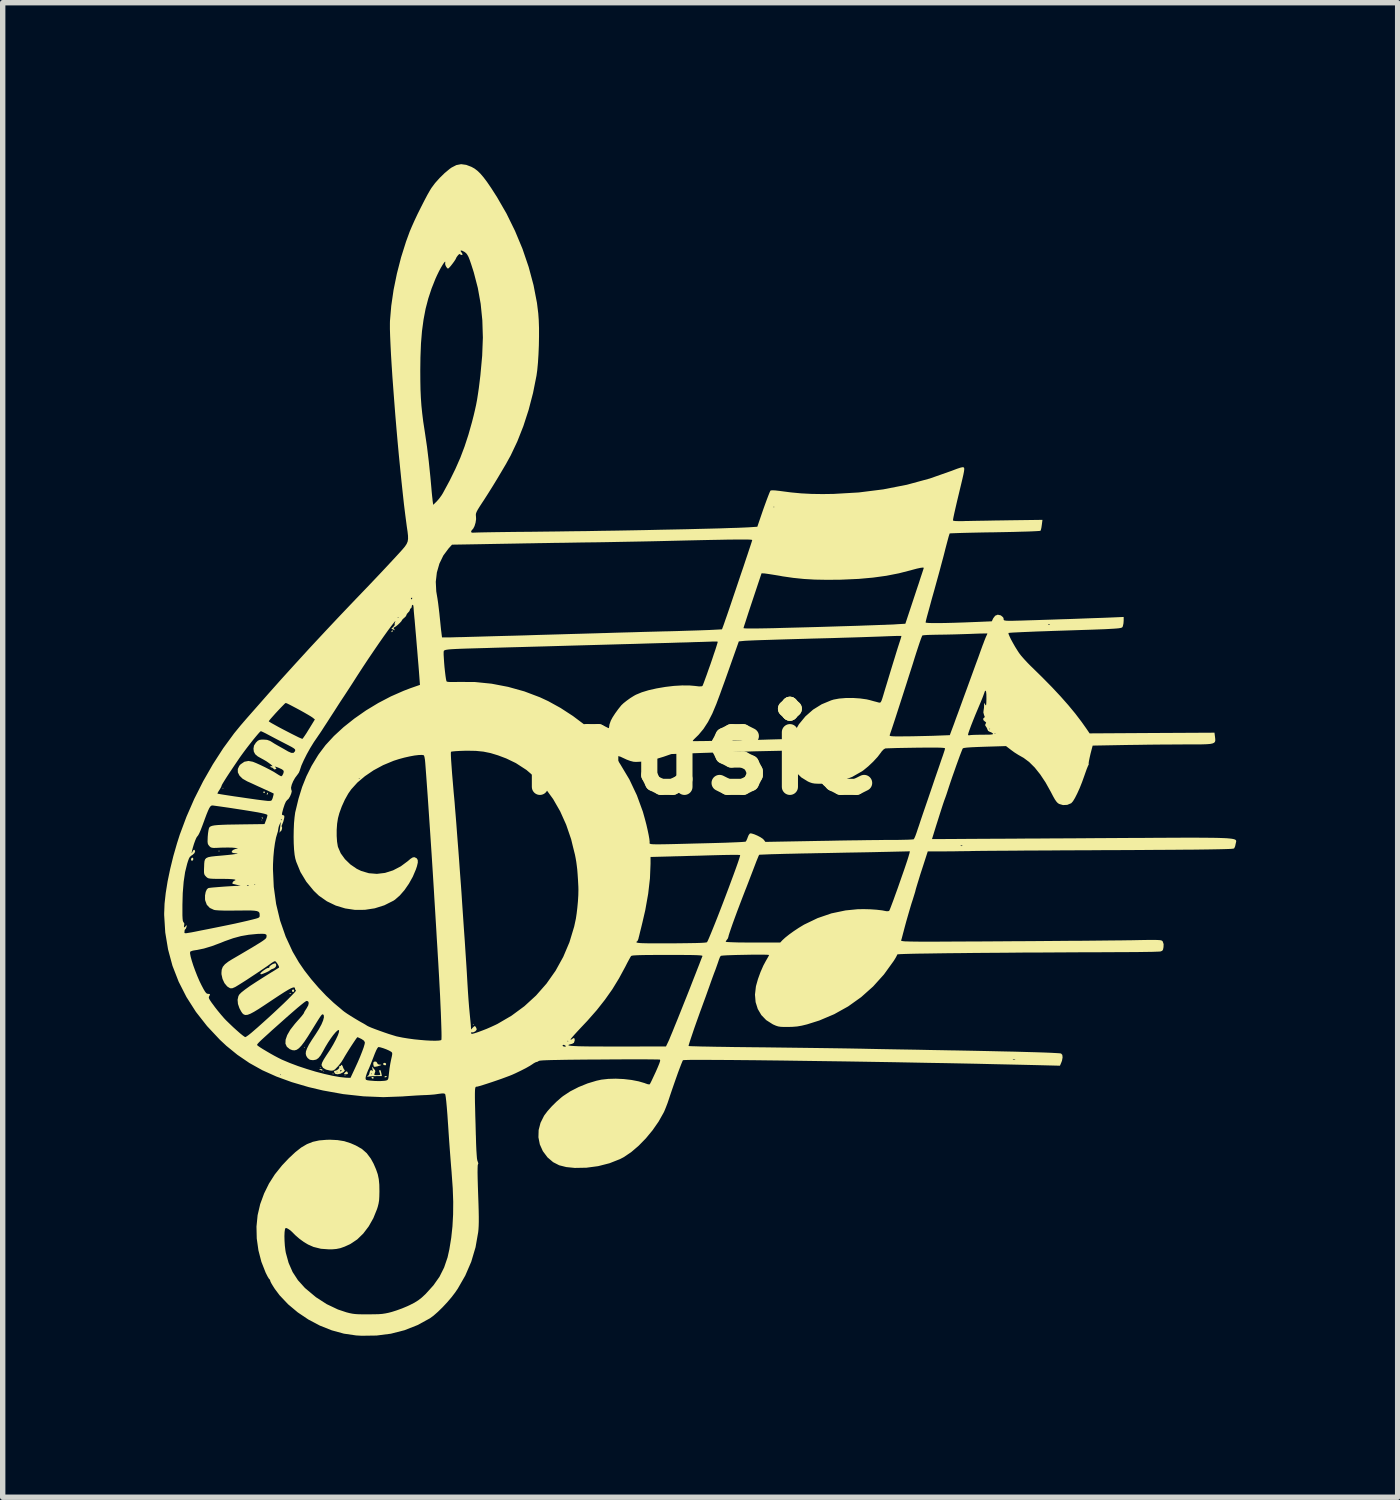
<source format=kicad_pcb>
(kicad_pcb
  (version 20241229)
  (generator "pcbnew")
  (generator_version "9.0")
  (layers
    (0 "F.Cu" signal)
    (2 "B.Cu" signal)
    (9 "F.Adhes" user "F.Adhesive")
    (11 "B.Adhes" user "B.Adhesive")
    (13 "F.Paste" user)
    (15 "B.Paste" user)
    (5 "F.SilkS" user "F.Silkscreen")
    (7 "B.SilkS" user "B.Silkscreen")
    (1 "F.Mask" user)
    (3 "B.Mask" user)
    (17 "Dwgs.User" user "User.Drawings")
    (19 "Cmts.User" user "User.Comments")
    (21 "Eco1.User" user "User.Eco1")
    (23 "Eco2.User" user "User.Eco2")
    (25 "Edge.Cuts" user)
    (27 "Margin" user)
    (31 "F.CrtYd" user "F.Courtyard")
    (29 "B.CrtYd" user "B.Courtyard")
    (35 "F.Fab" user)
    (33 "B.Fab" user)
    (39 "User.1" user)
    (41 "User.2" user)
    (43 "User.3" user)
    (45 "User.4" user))
  (footprint "music"
    (layer "F.Cu")
    (at 9.956 10.879)
    (property "Reference" "music" (at 0 0 0) (layer "F.SilkS") (effects (font (size 1.524 1.524) (thickness 0.3))))
    (attr board_only exclude_from_pos_files exclude_from_bom)
    (fp_poly (pts (xy -8.855 0.715) (xy -8.864 0.723) (xy -8.872 0.715) (xy -8.864 0.706)) (stroke (width 0) (type solid)) (fill yes) (layer "F.SilkS"))
    (fp_poly (pts (xy -8.133 1.306) (xy -8.141 1.314) (xy -8.149 1.306) (xy -8.141 1.298)) (stroke (width 0) (type solid)) (fill yes) (layer "F.SilkS"))
    (fp_poly (pts (xy -7.344 5.529) (xy -7.352 5.537) (xy -7.36 5.529) (xy -7.352 5.52)) (stroke (width 0) (type solid)) (fill yes) (layer "F.SilkS"))
    (fp_poly (pts (xy -7.048 5.906) (xy -7.056 5.915) (xy -7.065 5.906) (xy -7.056 5.898)) (stroke (width 0) (type solid)) (fill yes) (layer "F.SilkS"))
    (fp_poly (pts (xy -6.983 5.972) (xy -6.991 5.98) (xy -6.999 5.972) (xy -6.991 5.964)) (stroke (width 0) (type solid)) (fill yes) (layer "F.SilkS"))
    (fp_poly (pts (xy -6.588 6.054) (xy -6.596 6.062) (xy -6.605 6.054) (xy -6.596 6.046)) (stroke (width 0) (type solid)) (fill yes) (layer "F.SilkS"))
    (fp_poly (pts (xy -4.206 5.101) (xy -4.214 5.11) (xy -4.222 5.101) (xy -4.214 5.093)) (stroke (width 0) (type solid)) (fill yes) (layer "F.SilkS"))
    (fp_poly (pts (xy -8.927 1.878) (xy -8.929 1.888) (xy -8.938 1.889) (xy -8.951 1.883) (xy -8.949 1.878) (xy -8.929 1.876)) (stroke (width 0) (type solid)) (fill yes) (layer "F.SilkS"))
    (fp_poly (pts (xy -7.595 4.525) (xy -7.6 4.532) (xy -7.616 4.533) (xy -7.634 4.529) (xy -7.626 4.523) (xy -7.601 4.521)) (stroke (width 0) (type solid)) (fill yes) (layer "F.SilkS"))
    (fp_poly (pts (xy -6.807 6.019) (xy -6.81 6.028) (xy -6.818 6.03) (xy -6.832 6.024) (xy -6.829 6.019) (xy -6.81 6.017)) (stroke (width 0) (type solid)) (fill yes) (layer "F.SilkS"))
    (fp_poly (pts (xy -8.135 1.255) (xy -8.118 1.272) (xy -8.121 1.281) (xy -8.123 1.282) (xy -8.137 1.27) (xy -8.142 1.263) (xy -8.144 1.251)) (stroke (width 0) (type solid)) (fill yes) (layer "F.SilkS"))
    (fp_poly (pts (xy -8.025 0.8) (xy -8.028 0.812) (xy -8.041 0.836) (xy -8.05 0.832) (xy -8.05 0.822) (xy -8.039 0.8) (xy -8.034 0.797)) (stroke (width 0) (type solid)) (fill yes) (layer "F.SilkS"))
    (fp_poly (pts (xy -9.416 2.017) (xy -9.416 2.041) (xy -9.429 2.061) (xy -9.45 2.059) (xy -9.455 2.054) (xy -9.457 2.027) (xy -9.439 2.006) (xy -9.43 2.004)) (stroke (width 0) (type solid)) (fill yes) (layer "F.SilkS"))
    (fp_poly (pts (xy -8.084 0.785) (xy -8.083 0.789) (xy -8.096 0.805) (xy -8.1 0.805) (xy -8.116 0.793) (xy -8.116 0.789) (xy -8.104 0.773) (xy -8.1 0.772)) (stroke (width 0) (type solid)) (fill yes) (layer "F.SilkS"))
    (fp_poly (pts (xy -7.543 4.466) (xy -7.541 4.477) (xy -7.551 4.5) (xy -7.574 4.496) (xy -7.579 4.491) (xy -7.582 4.471) (xy -7.566 4.454) (xy -7.557 4.452)) (stroke (width 0) (type solid)) (fill yes) (layer "F.SilkS"))
    (fp_poly (pts (xy -6.066 6.087) (xy -6.062 6.095) (xy -6.074 6.111) (xy -6.078 6.112) (xy -6.1 6.1) (xy -6.104 6.095) (xy -6.1 6.081) (xy -6.088 6.079)) (stroke (width 0) (type solid)) (fill yes) (layer "F.SilkS"))
    (fp_poly (pts (xy -5.835 5.829) (xy -5.832 5.841) (xy -5.839 5.861) (xy -5.862 5.86) (xy -5.878 5.854) (xy -5.891 5.839) (xy -5.88 5.822) (xy -5.856 5.816)) (stroke (width 0) (type solid)) (fill yes) (layer "F.SilkS"))
    (fp_poly (pts (xy -5.819 6.066) (xy -5.816 6.069) (xy -5.829 6.08) (xy -5.841 6.085) (xy -5.862 6.085) (xy -5.865 6.078) (xy -5.852 6.064) (xy -5.841 6.062)) (stroke (width 0) (type solid)) (fill yes) (layer "F.SilkS"))
    (fp_poly (pts (xy -5.707 -2.208) (xy -5.709 -2.202) (xy -5.724 -2.186) (xy -5.727 -2.185) (xy -5.734 -2.198) (xy -5.734 -2.202) (xy -5.721 -2.217) (xy -5.716 -2.218)) (stroke (width 0) (type solid)) (fill yes) (layer "F.SilkS"))
    (fp_poly (pts (xy -7.024 5.937) (xy -7.015 5.947) (xy -7.019 5.963) (xy -7.02 5.963) (xy -7.036 5.956) (xy -7.056 5.947) (xy -7.079 5.937) (xy -7.07 5.933) (xy -7.052 5.932)) (stroke (width 0) (type solid)) (fill yes) (layer "F.SilkS"))
    (fp_poly (pts (xy -6.555 5.981) (xy -6.553 5.984) (xy -6.54 6.014) (xy -6.555 6.027) (xy -6.583 6.03) (xy -6.613 6.028) (xy -6.614 6.018) (xy -6.596 5.996) (xy -6.571 5.975)) (stroke (width 0) (type solid)) (fill yes) (layer "F.SilkS"))
    (fp_poly (pts (xy -6.014 5.798) (xy -5.997 5.821) (xy -5.997 5.826) (xy -5.982 5.844) (xy -5.952 5.85) (xy -5.923 5.852) (xy -5.924 5.857) (xy -5.939 5.864) (xy -5.993 5.882) (xy -6.036 5.89) (xy -6.06 5.888) (xy -6.062 5.883) (xy -6.068 5.855) (xy -6.071 5.846) (xy -6.07 5.814) (xy -6.065 5.803) (xy -6.042 5.791)) (stroke (width 0) (type solid)) (fill yes) (layer "F.SilkS"))
    (fp_poly (pts (xy -7.884 3.971) (xy -7.884 3.972) (xy -7.873 4.002) (xy -7.885 4.036) (xy -7.915 4.061) (xy -7.927 4.065) (xy -7.967 4.081) (xy -7.988 4.096) (xy -8.016 4.115) (xy -8.061 4.137) (xy -8.08 4.145) (xy -8.125 4.163) (xy -8.15 4.171) (xy -8.161 4.17) (xy -8.17 4.163) (xy -8.17 4.163) (xy -8.165 4.148) (xy -8.14 4.124) (xy -8.104 4.096) (xy -8.065 4.07) (xy -8.032 4.054) (xy -8.014 4.052) (xy -8.003 4.054) (xy -8.006 4.048) (xy -8.001 4.029) (xy -7.976 4.005) (xy -7.941 3.983) (xy -7.907 3.97)) (stroke (width 0) (type solid)) (fill yes) (layer "F.SilkS"))
    (fp_poly (pts (xy -6.65 5.862) (xy -6.637 5.886) (xy -6.631 5.906) (xy -6.616 5.937) (xy -6.606 5.947) (xy -6.6 5.961) (xy -6.62 5.984) (xy -6.634 5.995) (xy -6.683 6.019) (xy -6.733 6.029) (xy -6.773 6.023) (xy -6.792 6.004) (xy -6.796 5.989) (xy -6.753 5.989) (xy -6.744 5.997) (xy -6.736 5.989) (xy -6.744 5.98) (xy -6.753 5.989) (xy -6.796 5.989) (xy -6.801 5.974) (xy -6.793 5.965) (xy -6.78 5.964) (xy -6.687 5.964) (xy -6.681 5.98) (xy -6.68 5.98) (xy -6.666 5.969) (xy -6.662 5.964) (xy -6.663 5.949) (xy -6.669 5.947) (xy -6.686 5.959) (xy -6.687 5.964) (xy -6.78 5.964) (xy -6.752 5.955) (xy -6.724 5.936) (xy -6.705 5.913) (xy -6.703 5.896) (xy -6.707 5.893) (xy -6.714 5.885) (xy -6.699 5.883) (xy -6.675 5.873) (xy -6.67 5.862) (xy -6.664 5.852)) (stroke (width 0) (type solid)) (fill yes) (layer "F.SilkS"))
    (fp_poly (pts (xy -6.077 5.906) (xy -6.054 5.937) (xy -6.04 5.95) (xy -6.033 5.973) (xy -6.043 6.004) (xy -6.053 6.031) (xy -6.047 6.043) (xy -6.017 6.046) (xy -5.997 6.046) (xy -5.956 6.045) (xy -5.941 6.037) (xy -5.945 6.017) (xy -5.95 6.005) (xy -5.961 5.971) (xy -5.958 5.953) (xy -5.943 5.948) (xy -5.931 5.97) (xy -5.921 6.01) (xy -5.911 6.062) (xy -6.015 6.063) (xy -6.078 6.064) (xy -6.132 6.068) (xy -6.161 6.072) (xy -6.188 6.077) (xy -6.185 6.071) (xy -6.173 6.063) (xy -6.149 6.035) (xy -6.146 6.021) (xy -6.112 6.021) (xy -6.104 6.03) (xy -6.095 6.021) (xy -6.104 6.013) (xy -6.112 6.021) (xy -6.146 6.021) (xy -6.144 6.016) (xy -6.135 5.978) (xy -6.128 5.964) (xy -6.112 5.948) (xy -6.097 5.96) (xy -6.094 5.964) (xy -6.084 5.973) (xy -6.083 5.955) (xy -6.087 5.931) (xy -6.092 5.896) (xy -6.089 5.889)) (stroke (width 0) (type solid)) (fill yes) (layer "F.SilkS"))
    (fp_poly (pts (xy -4.344 -10.866) (xy -4.247 -10.829) (xy -4.191 -10.798) (xy -4.137 -10.757) (xy -4.082 -10.704) (xy -4.022 -10.634) (xy -3.956 -10.546) (xy -3.88 -10.435) (xy -3.793 -10.299) (xy -3.776 -10.273) (xy -3.597 -9.963) (xy -3.438 -9.639) (xy -3.299 -9.306) (xy -3.184 -8.968) (xy -3.094 -8.632) (xy -3.03 -8.301) (xy -3.006 -8.107) (xy -2.997 -7.983) (xy -2.992 -7.836) (xy -2.992 -7.675) (xy -2.995 -7.508) (xy -3.002 -7.343) (xy -3.012 -7.188) (xy -3.025 -7.05) (xy -3.039 -6.95) (xy -3.103 -6.629) (xy -3.185 -6.314) (xy -3.283 -6.012) (xy -3.395 -5.728) (xy -3.518 -5.468) (xy -3.548 -5.414) (xy -3.608 -5.305) (xy -3.683 -5.178) (xy -3.765 -5.04) (xy -3.851 -4.899) (xy -3.936 -4.763) (xy -4.014 -4.641) (xy -4.042 -4.599) (xy -4.094 -4.519) (xy -4.13 -4.461) (xy -4.152 -4.419) (xy -4.163 -4.388) (xy -4.166 -4.363) (xy -4.164 -4.344) (xy -4.161 -4.285) (xy -4.171 -4.218) (xy -4.19 -4.155) (xy -4.215 -4.107) (xy -4.224 -4.098) (xy -4.252 -4.064) (xy -4.252 -4.04) (xy -4.226 -4.032) (xy -4.21 -4.033) (xy -4.186 -4.034) (xy -4.132 -4.036) (xy -4.051 -4.038) (xy -3.946 -4.04) (xy -3.821 -4.042) (xy -3.677 -4.044) (xy -3.519 -4.046) (xy -3.349 -4.048) (xy -3.179 -4.049) (xy -2.926 -4.052) (xy -2.663 -4.055) (xy -2.393 -4.059) (xy -2.116 -4.062) (xy -1.838 -4.067) (xy -1.559 -4.071) (xy -1.282 -4.076) (xy -1.01 -4.081) (xy -0.745 -4.087) (xy -0.49 -4.092) (xy -0.247 -4.097) (xy -0.019 -4.103) (xy 0.191 -4.108) (xy 0.382 -4.113) (xy 0.551 -4.119) (xy 0.695 -4.123) (xy 0.811 -4.128) (xy 0.898 -4.132) (xy 0.914 -4.133) (xy 1.064 -4.143) (xy 1.09 -4.22) (xy 1.13 -4.337) (xy 1.169 -4.451) (xy 1.19 -4.51) (xy 1.364 -4.51) (xy 1.372 -4.502) (xy 1.38 -4.51) (xy 1.372 -4.518) (xy 1.364 -4.51) (xy 1.19 -4.51) (xy 1.207 -4.557) (xy 1.241 -4.65) (xy 1.27 -4.726) (xy 1.292 -4.781) (xy 1.306 -4.811) (xy 1.308 -4.814) (xy 1.334 -4.82) (xy 1.393 -4.818) (xy 1.482 -4.808) (xy 1.488 -4.807) (xy 1.688 -4.781) (xy 1.879 -4.763) (xy 2.072 -4.753) (xy 2.277 -4.75) (xy 2.481 -4.753) (xy 2.948 -4.78) (xy 3.402 -4.837) (xy 3.842 -4.923) (xy 4.268 -5.039) (xy 4.68 -5.184) (xy 4.687 -5.187) (xy 4.774 -5.22) (xy 4.835 -5.24) (xy 4.874 -5.249) (xy 4.896 -5.247) (xy 4.899 -5.245) (xy 4.905 -5.236) (xy 4.908 -5.222) (xy 4.907 -5.199) (xy 4.902 -5.163) (xy 4.892 -5.112) (xy 4.876 -5.041) (xy 4.854 -4.948) (xy 4.825 -4.828) (xy 4.806 -4.748) (xy 4.774 -4.615) (xy 4.747 -4.498) (xy 4.725 -4.401) (xy 4.709 -4.326) (xy 4.7 -4.277) (xy 4.699 -4.261) (xy 4.711 -4.253) (xy 4.748 -4.249) (xy 4.813 -4.247) (xy 4.908 -4.248) (xy 4.917 -4.249) (xy 4.985 -4.25) (xy 5.08 -4.252) (xy 5.198 -4.254) (xy 5.331 -4.256) (xy 5.476 -4.259) (xy 5.626 -4.261) (xy 5.747 -4.263) (xy 6.361 -4.271) (xy 6.349 -4.177) (xy 6.341 -4.123) (xy 6.331 -4.083) (xy 6.324 -4.068) (xy 6.306 -4.065) (xy 6.258 -4.062) (xy 6.183 -4.058) (xy 6.084 -4.054) (xy 5.966 -4.051) (xy 5.83 -4.047) (xy 5.681 -4.044) (xy 5.521 -4.041) (xy 5.478 -4.04) (xy 5.316 -4.038) (xy 5.164 -4.035) (xy 5.025 -4.032) (xy 4.903 -4.029) (xy 4.8 -4.026) (xy 4.719 -4.023) (xy 4.665 -4.021) (xy 4.639 -4.019) (xy 4.637 -4.018) (xy 4.631 -4.001) (xy 4.617 -3.956) (xy 4.599 -3.889) (xy 4.577 -3.806) (xy 4.552 -3.711) (xy 4.55 -3.701) (xy 4.52 -3.584) (xy 4.486 -3.458) (xy 4.453 -3.334) (xy 4.423 -3.224) (xy 4.406 -3.163) (xy 4.352 -2.967) (xy 4.305 -2.801) (xy 4.268 -2.664) (xy 4.238 -2.555) (xy 4.215 -2.472) (xy 4.2 -2.413) (xy 4.192 -2.377) (xy 4.19 -2.364) (xy 4.206 -2.359) (xy 4.253 -2.355) (xy 4.33 -2.353) (xy 4.436 -2.353) (xy 4.568 -2.355) (xy 4.725 -2.359) (xy 4.906 -2.365) (xy 5.11 -2.373) (xy 5.187 -2.376) (xy 5.42 -2.386) (xy 5.446 -2.442) (xy 5.483 -2.49) (xy 5.53 -2.509) (xy 5.582 -2.498) (xy 5.594 -2.491) (xy 5.624 -2.466) (xy 5.637 -2.448) (xy 5.641 -2.416) (xy 5.641 -2.412) (xy 5.654 -2.403) (xy 5.69 -2.397) (xy 5.753 -2.395) (xy 5.816 -2.396) (xy 5.882 -2.398) (xy 5.976 -2.4) (xy 6.093 -2.404) (xy 6.23 -2.408) (xy 6.381 -2.413) (xy 6.542 -2.418) (xy 6.709 -2.424) (xy 6.876 -2.429) (xy 7.04 -2.435) (xy 7.195 -2.441) (xy 7.337 -2.446) (xy 7.461 -2.45) (xy 7.564 -2.454) (xy 7.636 -2.457) (xy 7.87 -2.467) (xy 7.87 -2.401) (xy 7.866 -2.347) (xy 7.856 -2.301) (xy 7.854 -2.295) (xy 7.851 -2.286) (xy 7.847 -2.279) (xy 7.841 -2.273) (xy 7.829 -2.267) (xy 7.809 -2.262) (xy 7.78 -2.257) (xy 7.74 -2.253) (xy 7.685 -2.249) (xy 7.615 -2.245) (xy 7.526 -2.24) (xy 7.416 -2.236) (xy 7.284 -2.231) (xy 7.128 -2.226) (xy 6.944 -2.22) (xy 6.731 -2.213) (xy 6.572 -2.208) (xy 6.41 -2.202) (xy 6.258 -2.197) (xy 6.119 -2.191) (xy 5.996 -2.186) (xy 5.893 -2.181) (xy 5.812 -2.177) (xy 5.757 -2.173) (xy 5.731 -2.17) (xy 5.73 -2.17) (xy 5.731 -2.151) (xy 5.748 -2.11) (xy 5.775 -2.053) (xy 5.812 -1.985) (xy 5.853 -1.913) (xy 5.898 -1.841) (xy 5.926 -1.798) (xy 5.964 -1.748) (xy 6.02 -1.684) (xy 6.085 -1.614) (xy 6.152 -1.546) (xy 6.155 -1.544) (xy 6.358 -1.345) (xy 6.538 -1.162) (xy 6.698 -0.991) (xy 6.841 -0.829) (xy 6.97 -0.673) (xy 7.088 -0.518) (xy 7.18 -0.388) (xy 7.237 -0.304) (xy 8.397 -0.311) (xy 9.557 -0.317) (xy 9.567 -0.237) (xy 9.571 -0.2) (xy 9.572 -0.171) (xy 9.566 -0.148) (xy 9.55 -0.13) (xy 9.521 -0.117) (xy 9.477 -0.108) (xy 9.413 -0.103) (xy 9.327 -0.1) (xy 9.216 -0.099) (xy 9.077 -0.099) (xy 9.006 -0.099) (xy 8.86 -0.098) (xy 8.691 -0.097) (xy 8.507 -0.096) (xy 8.317 -0.094) (xy 8.13 -0.091) (xy 7.956 -0.089) (xy 7.898 -0.088) (xy 7.294 -0.077) (xy 7.278 -0.018) (xy 7.254 0.075) (xy 7.236 0.154) (xy 7.224 0.214) (xy 7.219 0.251) (xy 7.22 0.26) (xy 7.22 0.278) (xy 7.214 0.286) (xy 7.204 0.308) (xy 7.185 0.354) (xy 7.162 0.418) (xy 7.14 0.481) (xy 7.097 0.601) (xy 7.052 0.714) (xy 7.007 0.813) (xy 6.965 0.896) (xy 6.928 0.957) (xy 6.897 0.992) (xy 6.894 0.994) (xy 6.822 1.024) (xy 6.743 1.028) (xy 6.671 1.007) (xy 6.645 0.99) (xy 6.62 0.963) (xy 6.592 0.923) (xy 6.558 0.863) (xy 6.514 0.778) (xy 6.512 0.775) (xy 6.419 0.608) (xy 6.32 0.459) (xy 6.217 0.33) (xy 6.113 0.227) (xy 6.011 0.151) (xy 5.979 0.133) (xy 5.912 0.095) (xy 5.838 0.048) (xy 5.782 0.007) (xy 5.684 -0.068) (xy 5.29 -0.056) (xy 5.15 -0.051) (xy 5.039 -0.046) (xy 4.956 -0.04) (xy 4.903 -0.033) (xy 4.882 -0.026) (xy 4.871 -0.004) (xy 4.852 0.044) (xy 4.825 0.114) (xy 4.794 0.199) (xy 4.759 0.296) (xy 4.723 0.399) (xy 4.686 0.503) (xy 4.652 0.603) (xy 4.623 0.69) (xy 4.598 0.767) (xy 4.576 0.834) (xy 4.558 0.885) (xy 4.548 0.912) (xy 4.535 0.947) (xy 4.514 1.009) (xy 4.487 1.092) (xy 4.455 1.192) (xy 4.42 1.303) (xy 4.383 1.419) (xy 4.371 1.458) (xy 4.309 1.659) (xy 4.508 1.659) (xy 4.547 1.659) (xy 4.617 1.658) (xy 4.716 1.658) (xy 4.841 1.657) (xy 4.992 1.656) (xy 5.166 1.655) (xy 5.361 1.654) (xy 5.576 1.653) (xy 5.808 1.652) (xy 6.055 1.65) (xy 6.315 1.649) (xy 6.587 1.647) (xy 6.869 1.646) (xy 7.158 1.644) (xy 7.277 1.643) (xy 7.626 1.641) (xy 7.943 1.639) (xy 8.231 1.638) (xy 8.49 1.636) (xy 8.722 1.635) (xy 8.929 1.634) (xy 9.111 1.634) (xy 9.271 1.634) (xy 9.41 1.635) (xy 9.529 1.636) (xy 9.63 1.638) (xy 9.714 1.641) (xy 9.783 1.644) (xy 9.838 1.649) (xy 9.881 1.654) (xy 9.912 1.66) (xy 9.935 1.667) (xy 9.949 1.675) (xy 9.957 1.684) (xy 9.96 1.694) (xy 9.96 1.706) (xy 9.957 1.718) (xy 9.954 1.732) (xy 9.951 1.744) (xy 9.941 1.792) (xy 9.925 1.828) (xy 9.921 1.833) (xy 9.912 1.836) (xy 9.892 1.839) (xy 9.859 1.842) (xy 9.812 1.844) (xy 9.749 1.846) (xy 9.669 1.848) (xy 9.57 1.85) (xy 9.451 1.852) (xy 9.311 1.854) (xy 9.149 1.856) (xy 8.962 1.857) (xy 8.75 1.859) (xy 8.511 1.86) (xy 8.243 1.862) (xy 7.946 1.864) (xy 7.617 1.865) (xy 7.541 1.865) (xy 7.263 1.867) (xy 6.993 1.868) (xy 6.732 1.869) (xy 6.483 1.871) (xy 6.247 1.872) (xy 6.027 1.873) (xy 5.824 1.875) (xy 5.641 1.876) (xy 5.479 1.877) (xy 5.34 1.878) (xy 5.227 1.879) (xy 5.141 1.88) (xy 5.084 1.881) (xy 5.06 1.881) (xy 5.006 1.883) (xy 4.926 1.884) (xy 4.827 1.885) (xy 4.717 1.887) (xy 4.604 1.887) (xy 4.584 1.888) (xy 4.23 1.889) (xy 4.125 2.214) (xy 4.092 2.315) (xy 4.063 2.41) (xy 4.038 2.491) (xy 4.019 2.554) (xy 4.008 2.592) (xy 4.007 2.596) (xy 3.996 2.64) (xy 3.977 2.702) (xy 3.956 2.77) (xy 3.954 2.777) (xy 3.927 2.859) (xy 3.896 2.963) (xy 3.863 3.077) (xy 3.83 3.192) (xy 3.801 3.299) (xy 3.778 3.387) (xy 3.772 3.409) (xy 3.757 3.467) (xy 3.744 3.516) (xy 3.736 3.539) (xy 3.735 3.543) (xy 3.737 3.548) (xy 3.743 3.551) (xy 3.756 3.554) (xy 3.776 3.557) (xy 3.807 3.56) (xy 3.849 3.561) (xy 3.904 3.563) (xy 3.975 3.564) (xy 4.062 3.565) (xy 4.168 3.565) (xy 4.295 3.565) (xy 4.444 3.565) (xy 4.617 3.564) (xy 4.815 3.563) (xy 5.041 3.562) (xy 5.296 3.561) (xy 5.582 3.559) (xy 5.596 3.559) (xy 5.854 3.557) (xy 6.112 3.556) (xy 6.367 3.554) (xy 6.615 3.552) (xy 6.854 3.55) (xy 7.081 3.549) (xy 7.293 3.547) (xy 7.486 3.545) (xy 7.659 3.543) (xy 7.807 3.542) (xy 7.929 3.54) (xy 8.02 3.539) (xy 8.169 3.536) (xy 8.288 3.534) (xy 8.382 3.533) (xy 8.453 3.533) (xy 8.505 3.535) (xy 8.541 3.537) (xy 8.565 3.541) (xy 8.58 3.547) (xy 8.589 3.554) (xy 8.596 3.563) (xy 8.612 3.611) (xy 8.61 3.667) (xy 8.601 3.713) (xy 8.585 3.736) (xy 8.555 3.747) (xy 8.552 3.748) (xy 8.525 3.75) (xy 8.469 3.752) (xy 8.388 3.755) (xy 8.285 3.756) (xy 8.164 3.758) (xy 8.029 3.759) (xy 7.884 3.76) (xy 7.82 3.76) (xy 7.429 3.762) (xy 7.049 3.763) (xy 6.684 3.765) (xy 6.333 3.767) (xy 5.998 3.768) (xy 5.681 3.771) (xy 5.383 3.773) (xy 5.104 3.775) (xy 4.846 3.778) (xy 4.61 3.78) (xy 4.398 3.783) (xy 4.21 3.786) (xy 4.048 3.788) (xy 3.912 3.791) (xy 3.805 3.794) (xy 3.727 3.797) (xy 3.68 3.8) (xy 3.664 3.803) (xy 3.655 3.825) (xy 3.633 3.866) (xy 3.601 3.918) (xy 3.595 3.927) (xy 3.416 4.175) (xy 3.215 4.398) (xy 2.993 4.596) (xy 2.752 4.768) (xy 2.492 4.913) (xy 2.216 5.03) (xy 1.988 5.102) (xy 1.889 5.126) (xy 1.803 5.141) (xy 1.714 5.148) (xy 1.635 5.15) (xy 1.553 5.15) (xy 1.495 5.147) (xy 1.451 5.14) (xy 1.41 5.127) (xy 1.364 5.107) (xy 1.345 5.097) (xy 1.229 5.023) (xy 1.138 4.929) (xy 1.072 4.816) (xy 1.032 4.689) (xy 1.02 4.55) (xy 1.037 4.402) (xy 1.041 4.383) (xy 1.076 4.259) (xy 1.123 4.13) (xy 1.176 4.009) (xy 1.224 3.92) (xy 1.253 3.87) (xy 1.274 3.832) (xy 1.282 3.814) (xy 1.282 3.814) (xy 1.266 3.81) (xy 1.223 3.808) (xy 1.157 3.807) (xy 1.074 3.807) (xy 0.978 3.807) (xy 0.875 3.809) (xy 0.77 3.811) (xy 0.668 3.813) (xy 0.575 3.816) (xy 0.495 3.819) (xy 0.433 3.823) (xy 0.395 3.827) (xy 0.385 3.829) (xy 0.369 3.853) (xy 0.352 3.896) (xy 0.346 3.914) (xy 0.328 3.967) (xy 0.304 4.035) (xy 0.284 4.091) (xy 0.261 4.15) (xy 0.232 4.229) (xy 0.2 4.318) (xy 0.173 4.395) (xy 0.142 4.481) (xy 0.104 4.588) (xy 0.062 4.702) (xy 0.021 4.815) (xy 0.003 4.863) (xy -0.034 4.967) (xy -0.072 5.073) (xy -0.109 5.178) (xy -0.142 5.276) (xy -0.171 5.362) (xy -0.194 5.432) (xy -0.209 5.481) (xy -0.214 5.503) (xy -0.198 5.506) (xy -0.151 5.508) (xy -0.077 5.51) (xy 0.022 5.513) (xy 0.143 5.515) (xy 0.285 5.518) (xy 0.444 5.52) (xy 0.617 5.523) (xy 0.803 5.525) (xy 0.973 5.527) (xy 1.196 5.529) (xy 1.431 5.532) (xy 1.672 5.535) (xy 1.913 5.538) (xy 2.15 5.541) (xy 2.377 5.544) (xy 2.588 5.547) (xy 2.778 5.55) (xy 2.941 5.553) (xy 2.957 5.553) (xy 3.135 5.557) (xy 3.338 5.561) (xy 3.56 5.565) (xy 3.794 5.569) (xy 4.033 5.573) (xy 4.27 5.578) (xy 4.498 5.582) (xy 4.71 5.586) (xy 4.732 5.586) (xy 5.049 5.592) (xy 5.34 5.598) (xy 5.606 5.604) (xy 5.845 5.609) (xy 6.056 5.615) (xy 6.24 5.62) (xy 6.394 5.625) (xy 6.518 5.63) (xy 6.612 5.635) (xy 6.675 5.639) (xy 6.706 5.643) (xy 6.707 5.644) (xy 6.73 5.669) (xy 6.735 5.716) (xy 6.724 5.777) (xy 6.711 5.811) (xy 6.686 5.87) (xy 6.247 5.859) (xy 5.992 5.853) (xy 5.724 5.847) (xy 5.445 5.841) (xy 5.155 5.834) (xy 4.856 5.828) (xy 4.552 5.822) (xy 4.242 5.817) (xy 3.929 5.811) (xy 3.615 5.805) (xy 3.301 5.8) (xy 2.989 5.795) (xy 2.681 5.79) (xy 2.379 5.786) (xy 2.084 5.782) (xy 1.798 5.778) (xy 1.522 5.774) (xy 1.259 5.771) (xy 1.01 5.768) (xy 0.777 5.766) (xy 0.562 5.764) (xy 0.366 5.763) (xy 0.195 5.762) (xy 5.81 5.762) (xy 5.832 5.764) (xy 5.856 5.762) (xy 5.853 5.756) (xy 5.819 5.754) (xy 5.812 5.756) (xy 5.81 5.762) (xy 0.195 5.762) (xy 0.191 5.762) (xy 0.039 5.761) (xy -0.088 5.762) (xy -0.189 5.762) (xy -0.262 5.764) (xy -0.306 5.766) (xy -0.318 5.768) (xy -0.329 5.79) (xy -0.349 5.839) (xy -0.376 5.909) (xy -0.409 5.997) (xy -0.444 6.096) (xy -0.482 6.204) (xy -0.52 6.314) (xy -0.557 6.423) (xy -0.576 6.481) (xy -0.604 6.564) (xy -0.636 6.647) (xy -0.665 6.718) (xy -0.678 6.744) (xy -0.771 6.909) (xy -0.883 7.07) (xy -1.008 7.221) (xy -1.142 7.358) (xy -1.28 7.476) (xy -1.418 7.569) (xy -1.487 7.605) (xy -1.682 7.682) (xy -1.893 7.736) (xy -2.111 7.765) (xy -2.328 7.769) (xy -2.486 7.753) (xy -2.617 7.72) (xy -2.73 7.662) (xy -2.831 7.576) (xy -2.836 7.571) (xy -2.921 7.457) (xy -2.977 7.332) (xy -3.003 7.2) (xy -2.999 7.065) (xy -2.964 6.931) (xy -2.899 6.801) (xy -2.891 6.789) (xy -2.832 6.711) (xy -2.755 6.625) (xy -2.667 6.538) (xy -2.579 6.461) (xy -2.546 6.435) (xy -2.413 6.347) (xy -2.257 6.267) (xy -2.09 6.199) (xy -1.924 6.149) (xy -1.833 6.129) (xy -1.707 6.115) (xy -1.565 6.111) (xy -1.417 6.118) (xy -1.272 6.135) (xy -1.139 6.161) (xy -1.027 6.194) (xy -1.01 6.201) (xy -0.968 6.215) (xy -0.939 6.217) (xy -0.935 6.215) (xy -0.924 6.196) (xy -0.902 6.153) (xy -0.873 6.091) (xy -0.838 6.016) (xy -0.823 5.984) (xy -0.784 5.895) (xy -0.758 5.831) (xy -0.744 5.79) (xy -0.741 5.766) (xy -0.748 5.756) (xy -0.768 5.755) (xy -0.818 5.754) (xy -0.895 5.753) (xy -0.997 5.752) (xy -1.121 5.752) (xy -1.264 5.752) (xy -1.423 5.752) (xy -1.596 5.753) (xy -1.78 5.754) (xy -1.873 5.755) (xy -2.11 5.756) (xy -2.316 5.758) (xy -2.492 5.76) (xy -2.638 5.763) (xy -2.758 5.765) (xy -2.852 5.768) (xy -2.921 5.771) (xy -2.966 5.775) (xy -2.99 5.779) (xy -2.994 5.781) (xy -3.024 5.798) (xy -3.036 5.8) (xy -3.062 5.809) (xy -3.101 5.832) (xy -3.11 5.839) (xy -3.161 5.872) (xy -3.235 5.914) (xy -3.327 5.961) (xy -3.431 6.011) (xy -3.491 6.038) (xy -3.538 6.057) (xy -3.605 6.082) (xy -3.686 6.112) (xy -3.775 6.143) (xy -3.866 6.174) (xy -3.954 6.203) (xy -4.032 6.228) (xy -4.095 6.247) (xy -4.136 6.258) (xy -4.148 6.26) (xy -4.157 6.26) (xy -4.165 6.262) (xy -4.171 6.269) (xy -4.176 6.283) (xy -4.18 6.307) (xy -4.182 6.343) (xy -4.183 6.394) (xy -4.183 6.463) (xy -4.182 6.551) (xy -4.179 6.662) (xy -4.176 6.798) (xy -4.171 6.961) (xy -4.166 7.155) (xy -4.165 7.171) (xy -4.161 7.319) (xy -4.156 7.437) (xy -4.15 7.527) (xy -4.145 7.591) (xy -4.138 7.631) (xy -4.131 7.65) (xy -4.119 7.685) (xy -4.126 7.701) (xy -4.131 7.722) (xy -4.133 7.773) (xy -4.134 7.855) (xy -4.132 7.967) (xy -4.128 8.112) (xy -4.123 8.258) (xy -4.117 8.425) (xy -4.113 8.563) (xy -4.111 8.677) (xy -4.111 8.771) (xy -4.113 8.848) (xy -4.117 8.913) (xy -4.122 8.962) (xy -4.171 9.242) (xy -4.251 9.512) (xy -4.362 9.769) (xy -4.502 10.013) (xy -4.549 10.082) (xy -4.617 10.171) (xy -4.698 10.266) (xy -4.785 10.359) (xy -4.871 10.443) (xy -4.952 10.514) (xy -5.017 10.562) (xy -5.247 10.688) (xy -5.49 10.784) (xy -5.744 10.849) (xy -6.01 10.883) (xy -6.287 10.887) (xy -6.391 10.881) (xy -6.617 10.848) (xy -6.843 10.786) (xy -7.064 10.698) (xy -7.276 10.586) (xy -7.474 10.453) (xy -7.654 10.302) (xy -7.811 10.136) (xy -7.899 10.019) (xy -7.936 9.961) (xy -7.966 9.911) (xy -7.983 9.876) (xy -7.985 9.867) (xy -7.991 9.845) (xy -7.997 9.841) (xy -8.01 9.827) (xy -8.032 9.791) (xy -8.059 9.738) (xy -8.071 9.714) (xy -8.15 9.513) (xy -8.205 9.3) (xy -8.236 9.08) (xy -8.241 8.86) (xy -8.22 8.647) (xy -8.173 8.446) (xy -8.173 8.444) (xy -8.099 8.243) (xy -8.009 8.06) (xy -7.9 7.889) (xy -7.766 7.722) (xy -7.639 7.588) (xy -7.519 7.476) (xy -7.41 7.39) (xy -7.303 7.327) (xy -7.194 7.284) (xy -7.076 7.258) (xy -6.943 7.247) (xy -6.876 7.245) (xy -6.735 7.252) (xy -6.611 7.272) (xy -6.49 7.311) (xy -6.396 7.352) (xy -6.283 7.416) (xy -6.193 7.495) (xy -6.117 7.596) (xy -6.065 7.691) (xy -6.02 7.795) (xy -5.988 7.887) (xy -5.969 7.978) (xy -5.959 8.08) (xy -5.957 8.202) (xy -5.957 8.207) (xy -5.959 8.3) (xy -5.963 8.371) (xy -5.973 8.431) (xy -5.988 8.491) (xy -6.002 8.535) (xy -6.07 8.703) (xy -6.156 8.855) (xy -6.257 8.988) (xy -6.369 9.097) (xy -6.49 9.178) (xy -6.51 9.189) (xy -6.605 9.232) (xy -6.684 9.26) (xy -6.759 9.275) (xy -6.843 9.282) (xy -6.892 9.282) (xy -7.044 9.271) (xy -7.181 9.237) (xy -7.283 9.192) (xy -7.362 9.145) (xy -7.446 9.083) (xy -7.522 9.017) (xy -7.571 8.967) (xy -7.612 8.929) (xy -7.656 8.899) (xy -7.688 8.885) (xy -7.704 8.889) (xy -7.712 8.911) (xy -7.719 8.962) (xy -7.722 9.036) (xy -7.72 9.123) (xy -7.714 9.214) (xy -7.704 9.298) (xy -7.696 9.345) (xy -7.644 9.534) (xy -7.57 9.703) (xy -7.471 9.855) (xy -7.343 9.997) (xy -7.325 10.013) (xy -7.136 10.171) (xy -6.936 10.3) (xy -6.728 10.399) (xy -6.572 10.451) (xy -6.514 10.466) (xy -6.46 10.477) (xy -6.404 10.484) (xy -6.336 10.488) (xy -6.25 10.489) (xy -6.161 10.489) (xy -6.054 10.488) (xy -5.971 10.486) (xy -5.905 10.481) (xy -5.846 10.472) (xy -5.787 10.46) (xy -5.726 10.444) (xy -5.638 10.416) (xy -5.536 10.379) (xy -5.438 10.338) (xy -5.393 10.317) (xy -5.305 10.272) (xy -5.235 10.228) (xy -5.172 10.179) (xy -5.103 10.115) (xy -5.096 10.108) (xy -4.954 9.951) (xy -4.841 9.791) (xy -4.755 9.619) (xy -4.691 9.431) (xy -4.658 9.283) (xy -4.623 9.068) (xy -4.6 8.854) (xy -4.588 8.632) (xy -4.586 8.398) (xy -4.595 8.146) (xy -4.615 7.868) (xy -4.616 7.849) (xy -4.626 7.732) (xy -4.637 7.591) (xy -4.649 7.434) (xy -4.661 7.27) (xy -4.672 7.108) (xy -4.682 6.955) (xy -4.683 6.945) (xy -4.694 6.781) (xy -4.705 6.644) (xy -4.715 6.536) (xy -4.724 6.458) (xy -4.732 6.41) (xy -4.737 6.396) (xy -4.756 6.386) (xy -4.792 6.385) (xy -4.85 6.392) (xy -4.863 6.394) (xy -4.932 6.404) (xy -5.017 6.411) (xy -5.103 6.416) (xy -5.118 6.416) (xy -5.188 6.419) (xy -5.281 6.424) (xy -5.386 6.431) (xy -5.492 6.438) (xy -5.529 6.441) (xy -5.884 6.454) (xy -6.252 6.439) (xy -6.628 6.398) (xy -7.007 6.33) (xy -7.273 6.267) (xy -7.586 6.175) (xy -7.746 6.117) (xy -6.214 6.117) (xy -6.205 6.132) (xy -6.176 6.141) (xy -6.136 6.146) (xy -6.039 6.154) (xy -5.947 6.156) (xy -5.869 6.151) (xy -5.841 6.147) (xy -5.816 6.14) (xy -5.801 6.128) (xy -5.791 6.104) (xy -5.785 6.06) (xy -5.779 6.005) (xy -5.769 5.92) (xy -5.754 5.827) (xy -5.739 5.753) (xy -5.725 5.691) (xy -5.719 5.653) (xy -5.721 5.631) (xy -5.731 5.617) (xy -5.742 5.609) (xy -5.779 5.588) (xy -5.831 5.565) (xy -5.888 5.544) (xy -5.939 5.529) (xy -5.973 5.523) (xy -5.977 5.524) (xy -5.993 5.541) (xy -6.016 5.583) (xy -6.043 5.646) (xy -6.061 5.693) (xy -6.092 5.773) (xy -6.124 5.853) (xy -6.152 5.921) (xy -6.165 5.948) (xy -6.189 6.006) (xy -6.207 6.06) (xy -6.213 6.088) (xy -6.214 6.117) (xy -7.746 6.117) (xy -7.871 6.071) (xy -7.945 6.038) (xy -7.804 6.038) (xy -7.796 6.046) (xy -7.788 6.038) (xy -7.796 6.03) (xy -7.804 6.038) (xy -7.945 6.038) (xy -8.132 5.954) (xy -8.372 5.82) (xy -8.595 5.668) (xy -8.805 5.497) (xy -8.818 5.484) (xy -8.231 5.484) (xy -8.218 5.498) (xy -8.18 5.525) (xy -8.125 5.56) (xy -8.058 5.6) (xy -7.983 5.644) (xy -7.908 5.686) (xy -7.836 5.724) (xy -7.774 5.755) (xy -7.763 5.76) (xy -7.623 5.819) (xy -7.469 5.877) (xy -7.306 5.931) (xy -7.141 5.981) (xy -6.979 6.023) (xy -6.828 6.057) (xy -6.692 6.081) (xy -6.579 6.093) (xy -6.554 6.094) (xy -6.494 6.095) (xy -6.408 5.911) (xy -6.359 5.804) (xy -6.315 5.701) (xy -6.278 5.607) (xy -6.249 5.528) (xy -6.24 5.496) (xy -2.557 5.496) (xy -2.544 5.509) (xy -2.515 5.516) (xy -2.493 5.514) (xy -2.499 5.5) (xy -2.502 5.497) (xy -2.514 5.49) (xy -2.447 5.49) (xy -2.431 5.496) (xy -2.393 5.501) (xy -2.332 5.505) (xy -2.247 5.509) (xy -2.136 5.511) (xy -1.997 5.513) (xy -1.829 5.513) (xy -1.631 5.514) (xy -1.454 5.514) (xy -0.633 5.512) (xy -0.59 5.422) (xy -0.573 5.385) (xy -0.547 5.321) (xy -0.511 5.235) (xy -0.468 5.128) (xy -0.418 5.006) (xy -0.364 4.871) (xy -0.307 4.728) (xy -0.248 4.581) (xy -0.189 4.432) (xy -0.132 4.285) (xy -0.077 4.145) (xy -0.05 4.075) (xy -0.018 3.994) (xy 0.009 3.923) (xy 0.03 3.869) (xy 0.043 3.837) (xy 0.045 3.832) (xy 0.04 3.827) (xy 0.021 3.822) (xy -0.015 3.819) (xy -0.07 3.816) (xy -0.148 3.814) (xy -0.251 3.813) (xy -0.38 3.812) (xy -0.539 3.812) (xy -0.605 3.812) (xy -0.779 3.812) (xy -0.923 3.813) (xy -1.038 3.814) (xy -1.128 3.816) (xy -1.195 3.819) (xy -1.241 3.822) (xy -1.269 3.827) (xy -1.281 3.832) (xy -1.295 3.854) (xy -1.32 3.899) (xy -1.353 3.96) (xy -1.389 4.031) (xy -1.506 4.247) (xy -1.63 4.45) (xy -1.767 4.644) (xy -1.919 4.837) (xy -2.094 5.036) (xy -2.215 5.164) (xy -2.279 5.233) (xy -2.334 5.293) (xy -2.376 5.341) (xy -2.402 5.373) (xy -2.408 5.385) (xy -2.39 5.384) (xy -2.379 5.375) (xy -2.349 5.356) (xy -2.331 5.366) (xy -2.329 5.404) (xy -2.33 5.405) (xy -2.344 5.445) (xy -2.376 5.463) (xy -2.38 5.464) (xy -2.42 5.474) (xy -2.443 5.483) (xy -2.447 5.49) (xy -2.514 5.49) (xy -2.529 5.482) (xy -2.542 5.483) (xy -2.557 5.496) (xy -6.24 5.496) (xy -6.232 5.469) (xy -6.227 5.438) (xy -6.239 5.414) (xy -2.464 5.414) (xy -2.456 5.422) (xy -2.448 5.414) (xy -2.456 5.405) (xy -2.464 5.414) (xy -6.239 5.414) (xy -6.243 5.406) (xy -6.289 5.374) (xy -6.292 5.373) (xy -6.333 5.353) (xy -6.361 5.341) (xy -6.365 5.34) (xy -6.378 5.353) (xy -6.403 5.388) (xy -6.438 5.44) (xy -6.479 5.502) (xy -6.522 5.569) (xy -6.563 5.635) (xy -6.599 5.694) (xy -6.626 5.741) (xy -6.629 5.746) (xy -6.664 5.802) (xy -6.711 5.863) (xy -6.739 5.894) (xy -6.779 5.935) (xy -6.809 5.956) (xy -6.839 5.962) (xy -6.876 5.96) (xy -6.95 5.942) (xy -7.003 5.911) (xy -7.029 5.869) (xy -7.032 5.85) (xy -7.021 5.812) (xy -6.991 5.754) (xy -6.944 5.68) (xy -6.932 5.662) (xy -6.871 5.57) (xy -6.814 5.474) (xy -6.766 5.384) (xy -6.729 5.305) (xy -6.71 5.25) (xy -6.706 5.215) (xy -6.717 5.206) (xy -6.741 5.22) (xy -6.774 5.252) (xy -6.816 5.302) (xy -6.862 5.365) (xy -6.912 5.44) (xy -6.962 5.523) (xy -7.006 5.603) (xy -7.05 5.679) (xy -7.09 5.728) (xy -7.131 5.756) (xy -7.18 5.766) (xy -7.199 5.767) (xy -7.25 5.759) (xy -7.288 5.73) (xy -7.294 5.723) (xy -7.316 5.688) (xy -7.326 5.649) (xy -7.322 5.604) (xy -7.302 5.549) (xy -7.267 5.479) (xy -7.213 5.392) (xy -7.14 5.282) (xy -7.14 5.282) (xy -7.081 5.189) (xy -7.034 5.103) (xy -7.003 5.029) (xy -6.988 4.97) (xy -6.991 4.932) (xy -6.996 4.925) (xy -7.005 4.917) (xy -7.014 4.915) (xy -7.025 4.921) (xy -7.041 4.938) (xy -7.064 4.971) (xy -7.097 5.022) (xy -7.141 5.093) (xy -7.201 5.19) (xy -7.212 5.208) (xy -7.288 5.33) (xy -7.352 5.426) (xy -7.406 5.497) (xy -7.453 5.546) (xy -7.494 5.574) (xy -7.534 5.585) (xy -7.575 5.581) (xy -7.619 5.564) (xy -7.624 5.561) (xy -7.677 5.518) (xy -7.703 5.46) (xy -7.7 5.387) (xy -7.67 5.301) (xy -7.613 5.202) (xy -7.528 5.093) (xy -7.488 5.047) (xy -7.437 4.99) (xy -7.396 4.942) (xy -7.369 4.907) (xy -7.36 4.892) (xy -7.352 4.871) (xy -7.329 4.833) (xy -7.31 4.804) (xy -7.279 4.748) (xy -7.27 4.703) (xy -7.282 4.674) (xy -7.309 4.666) (xy -7.326 4.674) (xy -7.359 4.697) (xy -7.409 4.737) (xy -7.478 4.794) (xy -7.566 4.87) (xy -7.675 4.965) (xy -7.805 5.081) (xy -7.958 5.217) (xy -8.011 5.266) (xy -8.094 5.341) (xy -8.155 5.397) (xy -8.196 5.437) (xy -8.22 5.464) (xy -8.23 5.481) (xy -8.231 5.484) (xy -8.818 5.484) (xy -8.922 5.387) (xy -9.159 5.134) (xy -9.366 4.87) (xy -9.542 4.594) (xy -9.687 4.309) (xy -9.802 4.013) (xy -9.863 3.787) (xy -9.475 3.787) (xy -9.464 3.844) (xy -9.443 3.92) (xy -9.415 4.008) (xy -9.38 4.104) (xy -9.342 4.201) (xy -9.302 4.294) (xy -9.263 4.374) (xy -9.225 4.446) (xy -9.197 4.493) (xy -9.175 4.521) (xy -9.156 4.533) (xy -9.141 4.535) (xy -9.11 4.538) (xy -9.105 4.552) (xy -9.121 4.582) (xy -9.127 4.598) (xy -9.123 4.62) (xy -9.106 4.652) (xy -9.075 4.698) (xy -9.025 4.765) (xy -9.02 4.773) (xy -8.962 4.847) (xy -8.9 4.922) (xy -8.843 4.988) (xy -8.808 5.025) (xy -8.74 5.091) (xy -8.671 5.157) (xy -8.603 5.218) (xy -8.543 5.271) (xy -8.493 5.311) (xy -8.46 5.334) (xy -8.449 5.339) (xy -8.429 5.329) (xy -8.39 5.302) (xy -8.341 5.263) (xy -8.313 5.239) (xy -8.217 5.156) (xy -8.118 5.067) (xy -8.017 4.976) (xy -7.918 4.885) (xy -7.824 4.797) (xy -7.736 4.714) (xy -7.659 4.639) (xy -7.595 4.574) (xy -7.546 4.523) (xy -7.516 4.489) (xy -7.507 4.472) (xy -7.508 4.472) (xy -7.523 4.453) (xy -7.525 4.442) (xy -7.528 4.424) (xy -7.54 4.415) (xy -7.562 4.417) (xy -7.599 4.431) (xy -7.651 4.459) (xy -7.721 4.501) (xy -7.813 4.56) (xy -7.928 4.636) (xy -7.97 4.664) (xy -8.099 4.75) (xy -8.203 4.818) (xy -8.287 4.869) (xy -8.353 4.904) (xy -8.405 4.924) (xy -8.445 4.928) (xy -8.476 4.919) (xy -8.503 4.896) (xy -8.527 4.86) (xy -8.552 4.813) (xy -8.558 4.802) (xy -8.585 4.723) (xy -8.592 4.645) (xy -8.577 4.577) (xy -8.559 4.546) (xy -8.521 4.508) (xy -8.455 4.456) (xy -8.363 4.39) (xy -8.244 4.312) (xy -8.101 4.221) (xy -8.05 4.189) (xy -7.975 4.142) (xy -7.909 4.102) (xy -7.859 4.07) (xy -7.828 4.051) (xy -7.822 4.047) (xy -7.823 4.03) (xy -7.838 3.998) (xy -7.86 3.963) (xy -7.883 3.936) (xy -7.897 3.927) (xy -7.92 3.936) (xy -7.959 3.96) (xy -7.988 3.981) (xy -8.029 4.011) (xy -8.089 4.052) (xy -8.164 4.103) (xy -8.249 4.16) (xy -8.337 4.218) (xy -8.423 4.275) (xy -8.503 4.326) (xy -8.57 4.368) (xy -8.619 4.398) (xy -8.638 4.409) (xy -8.69 4.431) (xy -8.73 4.431) (xy -8.771 4.407) (xy -8.787 4.395) (xy -8.836 4.336) (xy -8.872 4.258) (xy -8.891 4.173) (xy -8.892 4.148) (xy -8.887 4.086) (xy -8.867 4.033) (xy -8.827 3.985) (xy -8.764 3.936) (xy -8.695 3.893) (xy -8.544 3.805) (xy -8.419 3.731) (xy -8.317 3.671) (xy -8.237 3.622) (xy -8.175 3.584) (xy -8.129 3.554) (xy -8.097 3.531) (xy -8.076 3.514) (xy -8.064 3.501) (xy -8.058 3.49) (xy -8.057 3.488) (xy -8.052 3.455) (xy -8.06 3.434) (xy -8.086 3.422) (xy -8.134 3.419) (xy -8.21 3.421) (xy -8.229 3.422) (xy -8.384 3.437) (xy -8.529 3.462) (xy -8.673 3.501) (xy -8.829 3.556) (xy -8.905 3.587) (xy -9.068 3.648) (xy -9.217 3.693) (xy -9.347 3.72) (xy -9.37 3.723) (xy -9.423 3.732) (xy -9.461 3.745) (xy -9.474 3.755) (xy -9.475 3.787) (xy -9.863 3.787) (xy -9.884 3.708) (xy -9.936 3.394) (xy -9.956 3.071) (xy -9.956 3.035) (xy -9.954 2.992) (xy -9.617 2.992) (xy -9.617 3.076) (xy -9.614 3.135) (xy -9.61 3.173) (xy -9.603 3.195) (xy -9.597 3.203) (xy -9.581 3.23) (xy -9.585 3.259) (xy -9.589 3.294) (xy -9.578 3.3) (xy -9.554 3.275) (xy -9.553 3.274) (xy -9.539 3.258) (xy -9.537 3.268) (xy -9.541 3.29) (xy -9.552 3.323) (xy -9.564 3.335) (xy -9.575 3.349) (xy -9.578 3.376) (xy -9.579 3.389) (xy -9.58 3.399) (xy -9.576 3.405) (xy -9.565 3.409) (xy -9.542 3.408) (xy -9.505 3.402) (xy -9.449 3.393) (xy -9.372 3.378) (xy -9.269 3.357) (xy -9.145 3.333) (xy -8.952 3.294) (xy -8.785 3.26) (xy -8.641 3.23) (xy -8.512 3.201) (xy -8.412 3.178) (xy -8.322 3.156) (xy -8.259 3.14) (xy -8.219 3.128) (xy -8.196 3.117) (xy -8.185 3.105) (xy -8.182 3.089) (xy -8.182 3.074) (xy -8.183 3.045) (xy -8.19 3.024) (xy -8.206 3.008) (xy -8.235 2.997) (xy -8.281 2.99) (xy -8.347 2.986) (xy -8.438 2.986) (xy -8.556 2.987) (xy -8.6 2.987) (xy -8.734 2.989) (xy -8.848 2.988) (xy -8.938 2.985) (xy -9.002 2.98) (xy -9.03 2.975) (xy -9.108 2.939) (xy -9.164 2.88) (xy -9.193 2.802) (xy -9.197 2.779) (xy -9.197 2.707) (xy -9.185 2.642) (xy -9.163 2.594) (xy -9.138 2.571) (xy -9.113 2.566) (xy -9.06 2.56) (xy -8.987 2.554) (xy -8.899 2.547) (xy -8.803 2.54) (xy -8.704 2.534) (xy -8.608 2.529) (xy -8.601 2.529) (xy -8.536 2.526) (xy -8.421 2.526) (xy -8.405 2.529) (xy -8.384 2.526) (xy -8.383 2.52) (xy -8.405 2.516) (xy -8.415 2.519) (xy -8.421 2.526) (xy -8.536 2.526) (xy -8.535 2.526) (xy -8.609 2.509) (xy -8.624 2.505) (xy -8.28 2.505) (xy -8.272 2.514) (xy -8.264 2.505) (xy -8.272 2.497) (xy -8.28 2.505) (xy -8.624 2.505) (xy -8.654 2.498) (xy -8.683 2.491) (xy -8.687 2.489) (xy -8.688 2.472) (xy -8.674 2.449) (xy -8.653 2.433) (xy -8.647 2.432) (xy -8.632 2.423) (xy -8.634 2.415) (xy -8.654 2.409) (xy -8.702 2.404) (xy -8.775 2.4) (xy -8.867 2.399) (xy -8.89 2.399) (xy -8.985 2.399) (xy -9.053 2.397) (xy -9.099 2.394) (xy -9.13 2.389) (xy -9.151 2.38) (xy -9.168 2.367) (xy -9.178 2.357) (xy -9.199 2.334) (xy -9.211 2.311) (xy -9.216 2.278) (xy -9.216 2.227) (xy -9.216 2.219) (xy -7.935 2.219) (xy -7.92 2.547) (xy -7.876 2.866) (xy -7.802 3.175) (xy -7.699 3.471) (xy -7.569 3.752) (xy -7.453 3.951) (xy -7.348 4.104) (xy -7.224 4.263) (xy -7.088 4.421) (xy -6.947 4.57) (xy -6.808 4.701) (xy -6.736 4.762) (xy -6.691 4.799) (xy -6.654 4.831) (xy -6.638 4.845) (xy -6.607 4.869) (xy -6.555 4.905) (xy -6.489 4.947) (xy -6.416 4.992) (xy -6.344 5.035) (xy -6.301 5.06) (xy -6.248 5.089) (xy -6.206 5.114) (xy -6.185 5.128) (xy -6.157 5.142) (xy -6.106 5.164) (xy -6.036 5.191) (xy -5.954 5.221) (xy -5.867 5.252) (xy -5.782 5.281) (xy -5.704 5.305) (xy -5.642 5.324) (xy -5.619 5.329) (xy -5.526 5.348) (xy -5.421 5.365) (xy -5.311 5.38) (xy -5.201 5.391) (xy -5.094 5.4) (xy -4.998 5.405) (xy -4.915 5.406) (xy -4.852 5.403) (xy -4.814 5.396) (xy -4.806 5.39) (xy -4.804 5.368) (xy -4.803 5.318) (xy -4.804 5.24) (xy -4.807 5.14) (xy -4.811 5.02) (xy -4.816 4.882) (xy -4.823 4.732) (xy -4.83 4.571) (xy -4.839 4.403) (xy -4.848 4.231) (xy -4.858 4.059) (xy -4.863 3.968) (xy -4.871 3.839) (xy -4.88 3.684) (xy -4.891 3.509) (xy -4.902 3.32) (xy -4.914 3.123) (xy -4.926 2.926) (xy -4.938 2.733) (xy -4.945 2.612) (xy -4.965 2.291) (xy -4.987 1.946) (xy -5.011 1.584) (xy -5.036 1.216) (xy -5.061 0.849) (xy -5.087 0.491) (xy -5.105 0.25) (xy -5.111 0.186) (xy -5.12 0.135) (xy -5.129 0.106) (xy -5.132 0.103) (xy -5.166 0.096) (xy -5.226 0.098) (xy -5.304 0.107) (xy -5.396 0.124) (xy -5.494 0.146) (xy -5.593 0.173) (xy -5.687 0.203) (xy -5.698 0.207) (xy -5.888 0.286) (xy -6.066 0.382) (xy -6.226 0.491) (xy -6.366 0.609) (xy -6.48 0.735) (xy -6.535 0.813) (xy -6.6 0.929) (xy -6.657 1.055) (xy -6.702 1.179) (xy -6.727 1.272) (xy -6.743 1.374) (xy -6.751 1.488) (xy -6.751 1.603) (xy -6.744 1.708) (xy -6.73 1.794) (xy -6.726 1.808) (xy -6.676 1.924) (xy -6.597 2.033) (xy -6.496 2.131) (xy -6.378 2.212) (xy -6.295 2.252) (xy -6.153 2.294) (xy -6.004 2.306) (xy -5.853 2.288) (xy -5.704 2.241) (xy -5.56 2.166) (xy -5.432 2.071) (xy -5.379 2.026) (xy -5.341 2.002) (xy -5.313 1.996) (xy -5.301 1.998) (xy -5.264 2.017) (xy -5.245 2.049) (xy -5.244 2.097) (xy -5.26 2.166) (xy -5.28 2.225) (xy -5.337 2.359) (xy -5.409 2.488) (xy -5.491 2.607) (xy -5.579 2.708) (xy -5.667 2.785) (xy -5.697 2.805) (xy -5.866 2.89) (xy -6.044 2.946) (xy -6.227 2.974) (xy -6.412 2.975) (xy -6.593 2.948) (xy -6.768 2.895) (xy -6.932 2.816) (xy -7.082 2.711) (xy -7.176 2.621) (xy -7.315 2.452) (xy -7.424 2.272) (xy -7.502 2.082) (xy -7.52 2.021) (xy -7.533 1.95) (xy -7.543 1.854) (xy -7.549 1.741) (xy -7.551 1.617) (xy -7.549 1.49) (xy -7.544 1.367) (xy -7.534 1.257) (xy -7.522 1.166) (xy -7.518 1.15) (xy -7.46 0.909) (xy -7.393 0.692) (xy -7.33 0.534) (xy -6.342 0.534) (xy -6.334 0.542) (xy -6.325 0.534) (xy -6.334 0.526) (xy -6.342 0.534) (xy -7.33 0.534) (xy -7.313 0.492) (xy -7.218 0.301) (xy -7.103 0.111) (xy -7.084 0.082) (xy -7.066 0.058) (xy -4.63 0.058) (xy -4.629 0.11) (xy -4.625 0.192) (xy -4.617 0.304) (xy -4.607 0.443) (xy -4.593 0.608) (xy -4.577 0.799) (xy -4.567 0.904) (xy -4.56 0.981) (xy -4.552 1.087) (xy -4.541 1.217) (xy -4.529 1.365) (xy -4.517 1.526) (xy -4.504 1.697) (xy -4.49 1.873) (xy -4.477 2.048) (xy -4.465 2.218) (xy -4.453 2.379) (xy -4.442 2.525) (xy -4.433 2.652) (xy -4.428 2.727) (xy -4.42 2.851) (xy -4.41 2.998) (xy -4.399 3.158) (xy -4.388 3.32) (xy -4.377 3.475) (xy -4.371 3.557) (xy -4.362 3.699) (xy -4.352 3.85) (xy -4.342 4.001) (xy -4.333 4.144) (xy -4.326 4.269) (xy -4.322 4.337) (xy -4.312 4.5) (xy -4.302 4.644) (xy -4.291 4.783) (xy -4.277 4.931) (xy -4.265 5.052) (xy -4.26 5.106) (xy -4.257 5.152) (xy -4.256 5.158) (xy -4.255 5.198) (xy -4.221 5.161) (xy -4.196 5.137) (xy -4.18 5.136) (xy -4.165 5.153) (xy -4.151 5.186) (xy -4.152 5.204) (xy -4.174 5.23) (xy -4.207 5.248) (xy -4.236 5.251) (xy -4.239 5.249) (xy -4.253 5.25) (xy -4.253 5.267) (xy -4.247 5.277) (xy -4.226 5.277) (xy -4.182 5.265) (xy -4.119 5.244) (xy -4.044 5.216) (xy -3.962 5.184) (xy -3.88 5.148) (xy -3.802 5.112) (xy -3.763 5.093) (xy -3.503 4.941) (xy -3.264 4.765) (xy -3.047 4.566) (xy -2.853 4.345) (xy -2.684 4.105) (xy -2.542 3.848) (xy -2.427 3.577) (xy -1.183 3.577) (xy -1.17 3.584) (xy -1.141 3.589) (xy -1.093 3.593) (xy -1.023 3.595) (xy -0.93 3.597) (xy -0.81 3.597) (xy -0.662 3.597) (xy -0.534 3.597) (xy -0.349 3.595) (xy -0.197 3.593) (xy -0.075 3.591) (xy 0.018 3.588) (xy 0.082 3.584) (xy 0.119 3.579) (xy 0.129 3.575) (xy 0.134 3.566) (xy 0.476 3.566) (xy 0.492 3.571) (xy 0.538 3.574) (xy 0.611 3.577) (xy 0.709 3.58) (xy 0.827 3.581) (xy 0.964 3.582) (xy 0.983 3.582) (xy 1.489 3.582) (xy 1.529 3.539) (xy 1.581 3.491) (xy 1.655 3.432) (xy 1.741 3.37) (xy 1.833 3.309) (xy 1.922 3.255) (xy 1.936 3.247) (xy 2.184 3.128) (xy 2.44 3.04) (xy 2.703 2.985) (xy 2.924 2.963) (xy 3.04 2.961) (xy 3.161 2.964) (xy 3.278 2.972) (xy 3.382 2.984) (xy 3.458 2.999) (xy 3.495 2.999) (xy 3.513 2.993) (xy 3.522 2.976) (xy 3.54 2.931) (xy 3.565 2.865) (xy 3.597 2.78) (xy 3.632 2.682) (xy 3.671 2.575) (xy 3.71 2.463) (xy 3.749 2.351) (xy 3.787 2.243) (xy 3.821 2.143) (xy 3.85 2.056) (xy 3.872 1.986) (xy 3.886 1.938) (xy 3.89 1.925) (xy 3.898 1.887) (xy 3.465 1.897) (xy 3.364 1.899) (xy 3.236 1.902) (xy 3.084 1.905) (xy 2.915 1.908) (xy 2.732 1.911) (xy 2.54 1.915) (xy 2.345 1.919) (xy 2.152 1.922) (xy 2.07 1.924) (xy 1.895 1.927) (xy 1.731 1.931) (xy 1.579 1.934) (xy 1.442 1.938) (xy 1.324 1.941) (xy 1.228 1.945) (xy 1.157 1.948) (xy 1.112 1.95) (xy 1.098 1.952) (xy 1.088 1.971) (xy 1.07 2.015) (xy 1.045 2.076) (xy 1.017 2.15) (xy 1.013 2.16) (xy 0.978 2.252) (xy 0.936 2.361) (xy 0.892 2.476) (xy 0.851 2.582) (xy 0.845 2.596) (xy 0.792 2.733) (xy 0.74 2.869) (xy 0.69 3.001) (xy 0.645 3.123) (xy 0.605 3.233) (xy 0.572 3.328) (xy 0.547 3.402) (xy 0.531 3.453) (xy 0.526 3.477) (xy 0.515 3.508) (xy 0.501 3.526) (xy 0.481 3.553) (xy 0.476 3.566) (xy 0.134 3.566) (xy 0.143 3.55) (xy 0.166 3.498) (xy 0.197 3.424) (xy 0.235 3.331) (xy 0.279 3.222) (xy 0.327 3.101) (xy 0.377 2.972) (xy 0.429 2.837) (xy 0.481 2.7) (xy 0.532 2.565) (xy 0.58 2.435) (xy 0.625 2.314) (xy 0.665 2.204) (xy 0.698 2.111) (xy 0.723 2.037) (xy 0.739 1.985) (xy 0.745 1.959) (xy 0.745 1.957) (xy 0.725 1.954) (xy 0.677 1.953) (xy 0.606 1.953) (xy 0.514 1.954) (xy 0.407 1.956) (xy 0.29 1.959) (xy 0.288 1.959) (xy 0.142 1.963) (xy -0.02 1.968) (xy -0.185 1.972) (xy -0.344 1.977) (xy -0.485 1.98) (xy -0.538 1.982) (xy -0.92 1.992) (xy -0.92 2.117) (xy -0.931 2.389) (xy -0.964 2.676) (xy -1.018 2.98) (xy -1.071 3.209) (xy -1.093 3.3) (xy -1.114 3.383) (xy -1.13 3.45) (xy -1.142 3.496) (xy -1.145 3.512) (xy -1.158 3.545) (xy -1.168 3.558) (xy -1.182 3.568) (xy -1.183 3.577) (xy -2.427 3.577) (xy -2.426 3.574) (xy -2.339 3.286) (xy -2.307 3.138) (xy -2.293 3.044) (xy -2.28 2.934) (xy -2.269 2.817) (xy -2.262 2.703) (xy -2.26 2.604) (xy -2.261 2.548) (xy -2.268 2.416) (xy -2.275 2.31) (xy -2.282 2.223) (xy -2.291 2.149) (xy -2.3 2.081) (xy -2.312 2.012) (xy -2.324 1.951) (xy -2.365 1.787) (xy 4.837 1.787) (xy 4.854 1.79) (xy 4.875 1.786) (xy 4.875 1.781) (xy 4.853 1.777) (xy 4.844 1.78) (xy 4.837 1.787) (xy -2.365 1.787) (xy -2.395 1.663) (xy -2.487 1.394) (xy -2.599 1.144) (xy -2.73 0.916) (xy -2.879 0.711) (xy -3.045 0.53) (xy -3.226 0.375) (xy -3.422 0.248) (xy -3.6 0.162) (xy -3.701 0.124) (xy -1.564 0.124) (xy -1.559 0.14) (xy -1.539 0.178) (xy -1.507 0.23) (xy -1.478 0.276) (xy -1.313 0.552) (xy -1.174 0.846) (xy -1.063 1.15) (xy -1.052 1.189) (xy -1.024 1.289) (xy -0.997 1.392) (xy -0.974 1.493) (xy -0.955 1.584) (xy -0.942 1.658) (xy -0.937 1.708) (xy -0.936 1.712) (xy -0.937 1.722) (xy -0.939 1.731) (xy -0.938 1.739) (xy -0.933 1.745) (xy -0.92 1.75) (xy -0.899 1.754) (xy -0.865 1.756) (xy -0.817 1.757) (xy -0.752 1.757) (xy -0.669 1.756) (xy -0.563 1.754) (xy -0.433 1.751) (xy -0.277 1.747) (xy -0.092 1.742) (xy 0.033 1.739) (xy 0.192 1.735) (xy 0.341 1.731) (xy 0.477 1.727) (xy 0.597 1.722) (xy 0.697 1.718) (xy 0.774 1.714) (xy 0.825 1.71) (xy 0.847 1.707) (xy 0.848 1.707) (xy 0.863 1.683) (xy 0.881 1.641) (xy 0.885 1.628) (xy 0.903 1.585) (xy 0.924 1.558) (xy 0.929 1.554) (xy 0.959 1.556) (xy 1.008 1.571) (xy 1.064 1.595) (xy 1.12 1.624) (xy 1.165 1.654) (xy 1.187 1.676) (xy 1.213 1.712) (xy 2.204 1.694) (xy 2.396 1.691) (xy 2.589 1.687) (xy 2.778 1.684) (xy 2.96 1.682) (xy 3.13 1.679) (xy 3.283 1.678) (xy 3.415 1.676) (xy 3.521 1.676) (xy 3.573 1.675) (xy 3.682 1.675) (xy 3.78 1.673) (xy 3.863 1.671) (xy 3.925 1.668) (xy 3.961 1.665) (xy 3.969 1.663) (xy 3.982 1.643) (xy 4.001 1.599) (xy 4.022 1.541) (xy 4.029 1.52) (xy 4.044 1.474) (xy 4.069 1.402) (xy 4.1 1.307) (xy 4.138 1.195) (xy 4.181 1.07) (xy 4.227 0.936) (xy 4.274 0.798) (xy 4.321 0.66) (xy 4.366 0.527) (xy 4.409 0.403) (xy 4.447 0.293) (xy 4.478 0.201) (xy 4.502 0.132) (xy 4.508 0.116) (xy 4.528 0.056) (xy 4.544 0.007) (xy 4.551 -0.023) (xy 4.551 -0.025) (xy 4.543 -0.031) (xy 4.517 -0.035) (xy 4.471 -0.038) (xy 4.403 -0.04) (xy 4.309 -0.04) (xy 4.188 -0.04) (xy 4.036 -0.038) (xy 4.013 -0.038) (xy 3.882 -0.036) (xy 3.76 -0.034) (xy 3.652 -0.032) (xy 3.562 -0.029) (xy 3.493 -0.027) (xy 3.451 -0.025) (xy 3.44 -0.024) (xy 3.411 -0.007) (xy 3.376 0.029) (xy 3.363 0.048) (xy 3.299 0.132) (xy 3.216 0.222) (xy 3.125 0.308) (xy 3.036 0.381) (xy 3.011 0.399) (xy 2.827 0.504) (xy 2.638 0.577) (xy 2.44 0.619) (xy 2.267 0.631) (xy 2.186 0.631) (xy 2.127 0.628) (xy 2.082 0.62) (xy 2.04 0.606) (xy 2.004 0.59) (xy 1.881 0.514) (xy 1.782 0.418) (xy 1.709 0.301) (xy 1.663 0.164) (xy 1.655 0.124) (xy 1.636 0.016) (xy 1.159 0.026) (xy 1.021 0.029) (xy 0.86 0.034) (xy 0.682 0.039) (xy 0.498 0.044) (xy 0.315 0.05) (xy 0.142 0.056) (xy 0.074 0.058) (xy -0.534 0.08) (xy -0.678 0.13) (xy -0.78 0.161) (xy -0.891 0.188) (xy -1.002 0.209) (xy -1.104 0.222) (xy -1.19 0.226) (xy -1.237 0.223) (xy -1.296 0.208) (xy -1.364 0.183) (xy -1.407 0.163) (xy -1.482 0.128) (xy -1.534 0.115) (xy -1.564 0.124) (xy -1.564 0.124) (xy -3.701 0.124) (xy -3.754 0.104) (xy -3.892 0.062) (xy -4.025 0.035) (xy -4.165 0.021) (xy -4.321 0.018) (xy -4.381 0.019) (xy -4.466 0.022) (xy -4.538 0.026) (xy -4.593 0.031) (xy -4.623 0.036) (xy -4.627 0.038) (xy -4.63 0.058) (xy -7.066 0.058) (xy -6.958 -0.086) (xy -6.802 -0.255) (xy -6.623 -0.42) (xy -6.423 -0.579) (xy -6.207 -0.73) (xy -5.979 -0.868) (xy -5.744 -0.991) (xy -5.505 -1.096) (xy -5.382 -1.143) (xy -5.204 -1.205) (xy -5.215 -1.354) (xy -5.222 -1.447) (xy -5.231 -1.561) (xy -5.242 -1.69) (xy -5.252 -1.814) (xy -4.764 -1.814) (xy -4.764 -1.766) (xy -4.76 -1.699) (xy -4.755 -1.62) (xy -4.748 -1.536) (xy -4.739 -1.453) (xy -4.73 -1.378) (xy -4.721 -1.317) (xy -4.713 -1.279) (xy -4.71 -1.27) (xy -4.691 -1.262) (xy -4.645 -1.258) (xy -4.569 -1.258) (xy -4.481 -1.26) (xy -4.18 -1.258) (xy -3.872 -1.227) (xy -3.565 -1.168) (xy -3.264 -1.084) (xy -2.976 -0.975) (xy -2.821 -0.903) (xy -2.591 -0.776) (xy -2.362 -0.627) (xy -2.141 -0.461) (xy -1.939 -0.287) (xy -1.816 -0.166) (xy -1.766 -0.121) (xy -1.724 -0.101) (xy -1.704 -0.099) (xy -1.671 -0.102) (xy -1.664 -0.116) (xy -1.668 -0.127) (xy -1.677 -0.161) (xy -0.139 -0.161) (xy -0.122 -0.16) (xy -0.075 -0.16) (xy -0.001 -0.161) (xy 0.097 -0.162) (xy 0.216 -0.164) (xy 0.353 -0.167) (xy 0.505 -0.17) (xy 0.668 -0.174) (xy 0.84 -0.178) (xy 1.019 -0.182) (xy 1.2 -0.187) (xy 1.252 -0.189) (xy 1.691 -0.201) (xy 1.721 -0.265) (xy 3.522 -0.265) (xy 3.528 -0.258) (xy 3.546 -0.253) (xy 3.581 -0.25) (xy 3.636 -0.248) (xy 3.716 -0.248) (xy 3.814 -0.249) (xy 3.936 -0.25) (xy 4.072 -0.253) (xy 4.207 -0.256) (xy 4.329 -0.259) (xy 4.378 -0.261) (xy 4.64 -0.271) (xy 4.642 -0.277) (xy 4.978 -0.277) (xy 4.99 -0.267) (xy 5.004 -0.269) (xy 5.03 -0.273) (xy 5.081 -0.276) (xy 5.151 -0.278) (xy 5.233 -0.279) (xy 5.244 -0.279) (xy 5.332 -0.28) (xy 5.391 -0.281) (xy 5.426 -0.285) (xy 5.441 -0.29) (xy 5.442 -0.299) (xy 5.439 -0.303) (xy 5.438 -0.304) (xy 5.471 -0.304) (xy 5.479 -0.296) (xy 5.487 -0.304) (xy 5.479 -0.312) (xy 5.471 -0.304) (xy 5.438 -0.304) (xy 5.407 -0.325) (xy 5.384 -0.332) (xy 5.352 -0.35) (xy 5.342 -0.37) (xy 5.336 -0.386) (xy 5.372 -0.386) (xy 5.381 -0.378) (xy 5.389 -0.386) (xy 5.381 -0.394) (xy 5.372 -0.386) (xy 5.336 -0.386) (xy 5.326 -0.409) (xy 5.311 -0.431) (xy 5.295 -0.458) (xy 5.305 -0.483) (xy 5.306 -0.483) (xy 5.315 -0.505) (xy 5.297 -0.522) (xy 5.291 -0.525) (xy 5.264 -0.55) (xy 5.259 -0.578) (xy 5.278 -0.596) (xy 5.29 -0.608) (xy 5.281 -0.633) (xy 5.277 -0.64) (xy 5.263 -0.694) (xy 5.267 -0.728) (xy 5.275 -0.783) (xy 5.277 -0.83) (xy 5.276 -0.863) (xy 5.281 -0.866) (xy 5.296 -0.84) (xy 5.306 -0.826) (xy 5.313 -0.828) (xy 5.317 -0.851) (xy 5.319 -0.9) (xy 5.32 -0.951) (xy 5.319 -1.029) (xy 5.314 -1.079) (xy 5.304 -1.099) (xy 5.292 -1.089) (xy 5.277 -1.047) (xy 5.277 -1.047) (xy 5.265 -1.014) (xy 5.243 -0.956) (xy 5.213 -0.883) (xy 5.178 -0.8) (xy 5.163 -0.764) (xy 5.115 -0.65) (xy 5.072 -0.543) (xy 5.035 -0.449) (xy 5.006 -0.37) (xy 4.986 -0.312) (xy 4.978 -0.279) (xy 4.978 -0.277) (xy 4.642 -0.277) (xy 4.667 -0.345) (xy 4.687 -0.398) (xy 4.717 -0.478) (xy 4.754 -0.581) (xy 4.799 -0.702) (xy 4.848 -0.837) (xy 4.901 -0.983) (xy 4.957 -1.135) (xy 5.013 -1.289) (xy 5.068 -1.44) (xy 5.121 -1.586) (xy 5.171 -1.721) (xy 5.214 -1.842) (xy 5.251 -1.944) (xy 5.259 -1.963) (xy 5.283 -2.028) (xy 5.305 -2.083) (xy 5.321 -2.119) (xy 5.324 -2.125) (xy 5.336 -2.151) (xy 5.337 -2.16) (xy 5.319 -2.161) (xy 5.274 -2.16) (xy 5.206 -2.159) (xy 5.12 -2.156) (xy 5.02 -2.152) (xy 4.986 -2.151) (xy 4.862 -2.147) (xy 4.729 -2.143) (xy 4.598 -2.14) (xy 4.48 -2.138) (xy 4.395 -2.137) (xy 4.307 -2.135) (xy 4.231 -2.133) (xy 4.172 -2.129) (xy 4.137 -2.125) (xy 4.13 -2.123) (xy 4.121 -2.105) (xy 4.103 -2.059) (xy 4.079 -1.991) (xy 4.05 -1.904) (xy 4.017 -1.803) (xy 3.987 -1.709) (xy 3.956 -1.608) (xy 3.919 -1.492) (xy 3.878 -1.365) (xy 3.835 -1.229) (xy 3.79 -1.089) (xy 3.745 -0.949) (xy 3.701 -0.813) (xy 3.659 -0.683) (xy 3.621 -0.565) (xy 3.587 -0.462) (xy 3.559 -0.377) (xy 3.538 -0.316) (xy 3.526 -0.28) (xy 3.524 -0.275) (xy 3.522 -0.265) (xy 1.721 -0.265) (xy 1.741 -0.308) (xy 1.836 -0.473) (xy 1.957 -0.62) (xy 2.099 -0.745) (xy 2.26 -0.845) (xy 2.436 -0.918) (xy 2.481 -0.932) (xy 2.584 -0.951) (xy 2.707 -0.961) (xy 2.841 -0.962) (xy 2.973 -0.953) (xy 3.095 -0.936) (xy 3.154 -0.922) (xy 3.222 -0.903) (xy 3.28 -0.888) (xy 3.32 -0.877) (xy 3.328 -0.876) (xy 3.344 -0.875) (xy 3.357 -0.885) (xy 3.371 -0.911) (xy 3.387 -0.957) (xy 3.409 -1.029) (xy 3.415 -1.05) (xy 3.44 -1.133) (xy 3.471 -1.234) (xy 3.505 -1.347) (xy 3.541 -1.466) (xy 3.578 -1.587) (xy 3.614 -1.703) (xy 3.647 -1.811) (xy 3.676 -1.904) (xy 3.7 -1.978) (xy 3.716 -2.027) (xy 3.719 -2.037) (xy 3.733 -2.081) (xy 3.74 -2.109) (xy 3.74 -2.115) (xy 3.723 -2.115) (xy 3.678 -2.115) (xy 3.609 -2.113) (xy 3.52 -2.11) (xy 3.418 -2.106) (xy 3.342 -2.103) (xy 3.252 -2.1) (xy 3.133 -2.096) (xy 2.99 -2.091) (xy 2.828 -2.086) (xy 2.651 -2.081) (xy 2.464 -2.075) (xy 2.271 -2.07) (xy 2.076 -2.065) (xy 1.947 -2.061) (xy 1.765 -2.056) (xy 1.59 -2.051) (xy 1.425 -2.046) (xy 1.273 -2.041) (xy 1.138 -2.037) (xy 1.024 -2.033) (xy 0.932 -2.029) (xy 0.867 -2.026) (xy 0.832 -2.024) (xy 0.72 -2.013) (xy 0.551 -1.536) (xy 0.505 -1.406) (xy 0.458 -1.274) (xy 0.412 -1.148) (xy 0.371 -1.034) (xy 0.335 -0.938) (xy 0.308 -0.866) (xy 0.306 -0.859) (xy 0.228 -0.673) (xy 0.148 -0.517) (xy 0.063 -0.386) (xy -0.028 -0.277) (xy -0.072 -0.234) (xy -0.109 -0.198) (xy -0.134 -0.171) (xy -0.139 -0.161) (xy -1.677 -0.161) (xy -1.697 -0.234) (xy -1.701 -0.352) (xy -1.683 -0.47) (xy -1.658 -0.541) (xy -1.626 -0.601) (xy -1.578 -0.675) (xy -1.52 -0.755) (xy -1.463 -0.826) (xy -1.423 -0.864) (xy -1.364 -0.911) (xy -1.296 -0.96) (xy -1.227 -1.003) (xy -1.19 -1.023) (xy -1.084 -1.067) (xy -0.953 -1.107) (xy -0.805 -1.14) (xy -0.647 -1.167) (xy -0.488 -1.186) (xy -0.334 -1.195) (xy -0.194 -1.194) (xy -0.099 -1.186) (xy -0.022 -1.177) (xy 0.027 -1.178) (xy 0.044 -1.185) (xy 0.053 -1.203) (xy 0.07 -1.247) (xy 0.094 -1.313) (xy 0.124 -1.394) (xy 0.156 -1.486) (xy 0.191 -1.583) (xy 0.225 -1.682) (xy 0.256 -1.776) (xy 0.285 -1.86) (xy 0.307 -1.93) (xy 0.322 -1.98) (xy 0.329 -2.005) (xy 0.329 -2.006) (xy 0.314 -2.01) (xy 0.274 -2.011) (xy 0.218 -2.01) (xy 0.209 -2.009) (xy 0.177 -2.008) (xy 0.114 -2.006) (xy 0.023 -2.003) (xy -0.095 -2) (xy -0.235 -1.995) (xy -0.397 -1.991) (xy -0.578 -1.985) (xy -0.775 -1.98) (xy -0.986 -1.974) (xy -1.209 -1.967) (xy -1.442 -1.961) (xy -1.651 -1.955) (xy -1.903 -1.948) (xy -2.157 -1.941) (xy -2.409 -1.934) (xy -2.656 -1.927) (xy -2.895 -1.92) (xy -3.122 -1.914) (xy -3.335 -1.908) (xy -3.529 -1.903) (xy -3.702 -1.898) (xy -3.85 -1.894) (xy -3.97 -1.89) (xy -4.017 -1.889) (xy -4.19 -1.884) (xy -4.333 -1.88) (xy -4.449 -1.876) (xy -4.541 -1.872) (xy -4.612 -1.868) (xy -4.665 -1.864) (xy -4.703 -1.859) (xy -4.729 -1.854) (xy -4.746 -1.848) (xy -4.756 -1.841) (xy -4.761 -1.836) (xy -4.764 -1.814) (xy -5.252 -1.814) (xy -5.253 -1.827) (xy -5.265 -1.966) (xy -5.276 -2.1) (xy -5.287 -2.224) (xy -5.296 -2.33) (xy -5.303 -2.413) (xy -5.306 -2.44) (xy -5.313 -2.515) (xy -5.319 -2.582) (xy -5.322 -2.632) (xy -5.323 -2.649) (xy -5.328 -2.682) (xy -5.34 -2.694) (xy -5.353 -2.681) (xy -5.356 -2.662) (xy -5.363 -2.635) (xy -5.372 -2.629) (xy -5.387 -2.615) (xy -5.389 -2.604) (xy -5.4 -2.575) (xy -5.422 -2.551) (xy -5.447 -2.523) (xy -5.455 -2.503) (xy -5.466 -2.48) (xy -5.495 -2.451) (xy -5.496 -2.451) (xy -5.524 -2.426) (xy -5.537 -2.409) (xy -5.537 -2.409) (xy -5.548 -2.389) (xy -5.577 -2.357) (xy -5.613 -2.323) (xy -5.649 -2.293) (xy -5.674 -2.278) (xy -5.695 -2.266) (xy -5.688 -2.247) (xy -5.682 -2.24) (xy -5.669 -2.221) (xy -5.679 -2.223) (xy -5.695 -2.231) (xy -5.724 -2.244) (xy -5.736 -2.246) (xy -5.73 -2.253) (xy -5.707 -2.276) (xy -5.703 -2.28) (xy -5.678 -2.307) (xy -5.672 -2.326) (xy -5.673 -2.327) (xy -5.675 -2.348) (xy -5.666 -2.372) (xy -5.659 -2.391) (xy -5.667 -2.386) (xy -5.684 -2.366) (xy -5.735 -2.301) (xy -5.801 -2.212) (xy -5.879 -2.103) (xy -5.967 -1.977) (xy -6.062 -1.838) (xy -6.163 -1.689) (xy -6.265 -1.535) (xy -6.367 -1.378) (xy -6.455 -1.24) (xy -6.503 -1.166) (xy -6.557 -1.083) (xy -6.605 -1.01) (xy -6.638 -0.96) (xy -6.685 -0.889) (xy -6.741 -0.802) (xy -6.801 -0.708) (xy -6.863 -0.613) (xy -6.866 -0.608) (xy -6.925 -0.516) (xy -6.982 -0.429) (xy -7.032 -0.351) (xy -7.073 -0.29) (xy -7.101 -0.25) (xy -7.103 -0.246) (xy -7.174 -0.143) (xy -7.243 -0.031) (xy -7.307 0.084) (xy -7.362 0.194) (xy -7.406 0.292) (xy -7.433 0.373) (xy -7.435 0.381) (xy -7.454 0.427) (xy -7.481 0.465) (xy -7.524 0.522) (xy -7.56 0.586) (xy -7.586 0.649) (xy -7.599 0.703) (xy -7.595 0.741) (xy -7.591 0.747) (xy -7.586 0.775) (xy -7.597 0.818) (xy -7.618 0.867) (xy -7.644 0.91) (xy -7.672 0.936) (xy -7.672 0.936) (xy -7.694 0.962) (xy -7.718 1.016) (xy -7.743 1.091) (xy -7.764 1.171) (xy -7.768 1.204) (xy -7.754 1.215) (xy -7.746 1.216) (xy -7.728 1.222) (xy -7.723 1.244) (xy -7.727 1.274) (xy -7.741 1.33) (xy -7.761 1.381) (xy -7.774 1.413) (xy -7.773 1.429) (xy -7.772 1.429) (xy -7.765 1.443) (xy -7.767 1.47) (xy -7.778 1.501) (xy -7.788 1.512) (xy -7.803 1.525) (xy -7.81 1.54) (xy -7.813 1.545) (xy -7.811 1.519) (xy -7.805 1.465) (xy -7.795 1.388) (xy -7.788 1.339) (xy -7.812 1.388) (xy -7.829 1.434) (xy -7.836 1.473) (xy -7.843 1.516) (xy -7.855 1.556) (xy -7.878 1.633) (xy -7.898 1.736) (xy -7.915 1.857) (xy -7.927 1.99) (xy -7.934 2.128) (xy -7.935 2.219) (xy -9.216 2.219) (xy -9.214 2.175) (xy -9.212 2.115) (xy -9.207 2.07) (xy -9.196 2.037) (xy -9.174 2.013) (xy -9.137 1.996) (xy -9.082 1.985) (xy -9.003 1.976) (xy -8.898 1.967) (xy -8.845 1.962) (xy -8.772 1.955) (xy -8.698 1.947) (xy -8.648 1.94) (xy -8.603 1.932) (xy -8.589 1.927) (xy -8.603 1.925) (xy -8.629 1.924) (xy -8.671 1.919) (xy -8.698 1.907) (xy -8.7 1.905) (xy -8.698 1.882) (xy -8.672 1.86) (xy -8.632 1.843) (xy -8.601 1.838) (xy -8.585 1.835) (xy -8.601 1.83) (xy -8.642 1.823) (xy -8.698 1.818) (xy -8.775 1.817) (xy -8.86 1.818) (xy -8.906 1.819) (xy -8.984 1.823) (xy -9.036 1.824) (xy -9.069 1.82) (xy -9.092 1.812) (xy -9.11 1.797) (xy -9.117 1.789) (xy -9.136 1.766) (xy -9.146 1.741) (xy -9.15 1.705) (xy -9.148 1.649) (xy -9.147 1.617) (xy -9.141 1.55) (xy -9.132 1.492) (xy -9.123 1.455) (xy -9.121 1.451) (xy -9.11 1.435) (xy -9.091 1.423) (xy -9.063 1.413) (xy -9.021 1.405) (xy -8.962 1.399) (xy -8.883 1.395) (xy -8.78 1.391) (xy -8.651 1.389) (xy -8.535 1.387) (xy -8.092 1.381) (xy -8.062 1.304) (xy -8.06 1.298) (xy -7.788 1.298) (xy -7.782 1.311) (xy -7.777 1.309) (xy -7.775 1.289) (xy -7.777 1.287) (xy -7.786 1.289) (xy -7.788 1.298) (xy -8.06 1.298) (xy -8.046 1.256) (xy -8.038 1.221) (xy -8.039 1.211) (xy -8.056 1.201) (xy -8.099 1.188) (xy -8.161 1.174) (xy -8.216 1.163) (xy -8.299 1.149) (xy -8.396 1.133) (xy -8.503 1.116) (xy -8.614 1.099) (xy -8.723 1.082) (xy -8.826 1.067) (xy -8.917 1.054) (xy -8.99 1.044) (xy -9.041 1.037) (xy -9.062 1.035) (xy -9.08 1.039) (xy -9.098 1.054) (xy -9.118 1.084) (xy -9.141 1.133) (xy -9.17 1.204) (xy -9.207 1.303) (xy -9.209 1.31) (xy -9.248 1.415) (xy -9.278 1.493) (xy -9.302 1.548) (xy -9.321 1.584) (xy -9.336 1.606) (xy -9.343 1.612) (xy -9.358 1.636) (xy -9.378 1.682) (xy -9.4 1.742) (xy -9.406 1.761) (xy -9.425 1.824) (xy -9.438 1.875) (xy -9.445 1.909) (xy -9.445 1.923) (xy -9.437 1.911) (xy -9.43 1.893) (xy -9.411 1.863) (xy -9.392 1.859) (xy -9.382 1.882) (xy -9.381 1.889) (xy -9.394 1.92) (xy -9.425 1.95) (xy -9.426 1.95) (xy -9.458 1.972) (xy -9.48 1.993) (xy -9.497 2.024) (xy -9.514 2.071) (xy -9.529 2.119) (xy -9.567 2.272) (xy -9.594 2.453) (xy -9.611 2.664) (xy -9.617 2.88) (xy -9.617 2.992) (xy -9.954 2.992) (xy -9.949 2.86) (xy -9.927 2.661) (xy -9.892 2.444) (xy -9.844 2.214) (xy -9.786 1.977) (xy -9.717 1.737) (xy -9.666 1.577) (xy -9.542 1.245) (xy -9.397 0.913) (xy -9.347 0.814) (xy -8.967 0.814) (xy -8.949 0.819) (xy -8.904 0.827) (xy -8.836 0.838) (xy -8.751 0.851) (xy -8.653 0.866) (xy -8.547 0.881) (xy -8.439 0.897) (xy -8.334 0.912) (xy -8.236 0.926) (xy -8.151 0.937) (xy -8.083 0.945) (xy -8.038 0.95) (xy -8.024 0.951) (xy -7.981 0.95) (xy -7.958 0.939) (xy -7.944 0.908) (xy -7.937 0.886) (xy -7.926 0.843) (xy -7.921 0.817) (xy -7.922 0.814) (xy -7.939 0.805) (xy -7.976 0.787) (xy -8.018 0.768) (xy -8.083 0.738) (xy -8.159 0.703) (xy -8.215 0.678) (xy -8.286 0.645) (xy -8.362 0.61) (xy -8.414 0.587) (xy -8.498 0.539) (xy -8.556 0.482) (xy -8.587 0.421) (xy -8.588 0.358) (xy -8.56 0.298) (xy -8.536 0.271) (xy -8.466 0.223) (xy -8.389 0.208) (xy -8.309 0.223) (xy -8.247 0.248) (xy -8.167 0.284) (xy -8.08 0.326) (xy -7.995 0.37) (xy -7.921 0.41) (xy -7.87 0.442) (xy -7.826 0.47) (xy -7.791 0.489) (xy -7.779 0.493) (xy -7.762 0.479) (xy -7.744 0.446) (xy -7.744 0.444) (xy -7.734 0.41) (xy -7.741 0.385) (xy -7.769 0.363) (xy -7.823 0.338) (xy -7.825 0.337) (xy -7.872 0.319) (xy -7.898 0.313) (xy -7.899 0.319) (xy -7.886 0.329) (xy -7.87 0.344) (xy -7.883 0.359) (xy -7.886 0.361) (xy -7.912 0.366) (xy -7.924 0.352) (xy -7.948 0.331) (xy -7.961 0.329) (xy -7.982 0.32) (xy -7.985 0.313) (xy -7.972 0.304) (xy -7.956 0.306) (xy -7.942 0.307) (xy -7.95 0.295) (xy -7.976 0.272) (xy -8.014 0.244) (xy -8.059 0.213) (xy -8.107 0.185) (xy -8.142 0.166) (xy -8.217 0.124) (xy -8.265 0.083) (xy -8.29 0.036) (xy -8.297 -0.02) (xy -8.287 -0.078) (xy -8.252 -0.132) (xy -8.249 -0.135) (xy -8.217 -0.167) (xy -8.185 -0.183) (xy -8.141 -0.189) (xy -8.112 -0.189) (xy -8.044 -0.184) (xy -7.989 -0.164) (xy -7.959 -0.146) (xy -7.907 -0.113) (xy -7.843 -0.076) (xy -7.804 -0.054) (xy -7.743 -0.02) (xy -7.684 0.014) (xy -7.653 0.032) (xy -7.595 0.058) (xy -7.553 0.058) (xy -7.527 0.03) (xy -7.524 0.022) (xy -7.521 0.006) (xy -7.527 -0.009) (xy -7.548 -0.027) (xy -7.587 -0.051) (xy -7.649 -0.084) (xy -7.694 -0.107) (xy -7.781 -0.152) (xy -7.874 -0.2) (xy -7.959 -0.245) (xy -8.012 -0.273) (xy -8.072 -0.305) (xy -8.121 -0.329) (xy -8.153 -0.343) (xy -8.16 -0.345) (xy -8.176 -0.333) (xy -8.208 -0.298) (xy -8.252 -0.246) (xy -8.305 -0.182) (xy -8.362 -0.109) (xy -8.421 -0.033) (xy -8.478 0.043) (xy -8.529 0.113) (xy -8.56 0.157) (xy -8.656 0.299) (xy -8.734 0.415) (xy -8.795 0.508) (xy -8.839 0.578) (xy -8.869 0.627) (xy -8.885 0.656) (xy -8.888 0.666) (xy -8.897 0.691) (xy -8.919 0.73) (xy -8.93 0.747) (xy -8.954 0.785) (xy -8.966 0.81) (xy -8.967 0.814) (xy -9.347 0.814) (xy -9.232 0.586) (xy -9.051 0.27) (xy -8.858 -0.029) (xy -8.656 -0.305) (xy -8.529 -0.46) (xy -8.501 -0.492) (xy -8.475 -0.523) (xy -8.469 -0.529) (xy -8.013 -0.529) (xy -8.001 -0.519) (xy -7.964 -0.496) (xy -7.908 -0.465) (xy -7.838 -0.426) (xy -7.759 -0.384) (xy -7.676 -0.341) (xy -7.595 -0.299) (xy -7.521 -0.262) (xy -7.459 -0.231) (xy -7.413 -0.211) (xy -7.389 -0.202) (xy -7.388 -0.202) (xy -7.375 -0.217) (xy -7.348 -0.255) (xy -7.312 -0.309) (xy -7.271 -0.376) (xy -7.265 -0.385) (xy -7.156 -0.563) (xy -7.201 -0.599) (xy -7.231 -0.619) (xy -7.281 -0.649) (xy -7.345 -0.686) (xy -7.418 -0.727) (xy -7.492 -0.767) (xy -7.564 -0.805) (xy -7.625 -0.837) (xy -7.672 -0.86) (xy -7.697 -0.869) (xy -7.698 -0.869) (xy -7.714 -0.858) (xy -7.745 -0.827) (xy -7.789 -0.782) (xy -7.839 -0.729) (xy -7.891 -0.673) (xy -7.939 -0.619) (xy -7.979 -0.574) (xy -8.005 -0.541) (xy -8.013 -0.529) (xy -8.469 -0.529) (xy -8.447 -0.555) (xy -8.415 -0.592) (xy -8.376 -0.636) (xy -8.327 -0.692) (xy -8.266 -0.761) (xy -8.191 -0.846) (xy -8.098 -0.952) (xy -8.025 -1.035) (xy -7.782 -1.308) (xy -7.52 -1.597) (xy -7.244 -1.899) (xy -6.957 -2.207) (xy -6.723 -2.456) (xy -5.619 -2.456) (xy -5.611 -2.448) (xy -5.602 -2.456) (xy -5.611 -2.464) (xy -5.619 -2.456) (xy -6.723 -2.456) (xy -6.666 -2.516) (xy -6.387 -2.809) (xy -5.372 -2.809) (xy -5.367 -2.793) (xy -5.365 -2.793) (xy -5.351 -2.805) (xy -5.348 -2.809) (xy -5.349 -2.825) (xy -5.355 -2.826) (xy -5.372 -2.814) (xy -5.372 -2.809) (xy -6.387 -2.809) (xy -6.374 -2.822) (xy -6.287 -2.913) (xy -6.182 -3.022) (xy -6.089 -3.12) (xy -4.91 -3.12) (xy -4.901 -2.942) (xy -4.889 -2.87) (xy -4.879 -2.811) (xy -4.867 -2.729) (xy -4.855 -2.632) (xy -4.843 -2.531) (xy -4.839 -2.489) (xy -4.829 -2.394) (xy -4.82 -2.304) (xy -4.812 -2.228) (xy -4.805 -2.174) (xy -4.803 -2.156) (xy -4.794 -2.087) (xy -4.701 -2.087) (xy -4.669 -2.087) (xy -4.608 -2.088) (xy -4.519 -2.091) (xy -4.406 -2.093) (xy -4.272 -2.097) (xy -4.12 -2.101) (xy -3.952 -2.106) (xy -3.772 -2.111) (xy -3.583 -2.116) (xy -3.458 -2.119) (xy -3.248 -2.125) (xy -3.034 -2.132) (xy -2.819 -2.138) (xy -2.609 -2.144) (xy -2.408 -2.15) (xy -2.221 -2.155) (xy -2.051 -2.16) (xy -1.905 -2.164) (xy -1.786 -2.168) (xy -1.766 -2.168) (xy -1.615 -2.173) (xy -1.441 -2.178) (xy -1.25 -2.183) (xy -1.054 -2.189) (xy -0.859 -2.194) (xy -0.675 -2.199) (xy -0.575 -2.201) (xy -0.424 -2.205) (xy -0.277 -2.21) (xy -0.138 -2.214) (xy -0.013 -2.218) (xy 0.095 -2.222) (xy 0.18 -2.225) (xy 0.237 -2.228) (xy 0.241 -2.228) (xy 0.407 -2.237) (xy 0.416 -2.261) (xy 0.807 -2.261) (xy 0.814 -2.257) (xy 0.836 -2.255) (xy 0.876 -2.253) (xy 0.935 -2.253) (xy 1.014 -2.253) (xy 1.113 -2.254) (xy 1.236 -2.256) (xy 1.383 -2.259) (xy 1.555 -2.264) (xy 1.755 -2.269) (xy 1.983 -2.275) (xy 2.24 -2.282) (xy 2.529 -2.291) (xy 2.588 -2.293) (xy 2.759 -2.298) (xy 2.927 -2.303) (xy 3.086 -2.309) (xy 3.233 -2.314) (xy 3.364 -2.319) (xy 3.415 -2.32) (xy 6.464 -2.32) (xy 6.48 -2.318) (xy 6.501 -2.321) (xy 6.502 -2.326) (xy 6.48 -2.33) (xy 6.47 -2.328) (xy 6.464 -2.32) (xy 3.415 -2.32) (xy 3.475 -2.323) (xy 3.562 -2.326) (xy 3.621 -2.329) (xy 3.628 -2.33) (xy 3.814 -2.341) (xy 3.985 -2.857) (xy 4.026 -2.981) (xy 4.064 -3.094) (xy 4.096 -3.194) (xy 4.123 -3.275) (xy 4.143 -3.336) (xy 4.154 -3.371) (xy 4.157 -3.379) (xy 4.142 -3.385) (xy 4.098 -3.38) (xy 4.028 -3.365) (xy 3.934 -3.34) (xy 3.921 -3.336) (xy 3.694 -3.278) (xy 3.46 -3.232) (xy 3.212 -3.198) (xy 2.945 -3.174) (xy 2.653 -3.161) (xy 2.602 -3.159) (xy 2.355 -3.157) (xy 2.133 -3.161) (xy 1.928 -3.173) (xy 1.732 -3.193) (xy 1.537 -3.221) (xy 1.484 -3.231) (xy 1.394 -3.246) (xy 1.312 -3.259) (xy 1.246 -3.269) (xy 1.201 -3.275) (xy 1.191 -3.276) (xy 1.142 -3.278) (xy 0.975 -2.777) (xy 0.934 -2.654) (xy 0.897 -2.542) (xy 0.865 -2.443) (xy 0.839 -2.362) (xy 0.819 -2.302) (xy 0.809 -2.268) (xy 0.807 -2.261) (xy 0.416 -2.261) (xy 0.433 -2.306) (xy 0.448 -2.348) (xy 0.471 -2.415) (xy 0.502 -2.503) (xy 0.538 -2.608) (xy 0.578 -2.726) (xy 0.621 -2.854) (xy 0.667 -2.989) (xy 0.713 -3.126) (xy 0.759 -3.263) (xy 0.804 -3.394) (xy 0.845 -3.518) (xy 0.883 -3.631) (xy 0.915 -3.728) (xy 0.941 -3.806) (xy 0.959 -3.862) (xy 0.968 -3.892) (xy 0.969 -3.896) (xy 0.964 -3.899) (xy 0.948 -3.902) (xy 0.918 -3.904) (xy 0.874 -3.906) (xy 0.813 -3.906) (xy 0.734 -3.906) (xy 0.636 -3.905) (xy 0.516 -3.904) (xy 0.373 -3.901) (xy 0.205 -3.898) (xy 0.011 -3.894) (xy -0.211 -3.889) (xy -0.462 -3.883) (xy -0.715 -3.877) (xy -0.892 -3.873) (xy -1.092 -3.869) (xy -1.306 -3.865) (xy -1.522 -3.861) (xy -1.732 -3.857) (xy -1.925 -3.854) (xy -2.013 -3.853) (xy -2.18 -3.851) (xy -2.356 -3.848) (xy -2.535 -3.845) (xy -2.709 -3.843) (xy -2.871 -3.84) (xy -3.012 -3.838) (xy -3.105 -3.836) (xy -3.24 -3.834) (xy -3.398 -3.831) (xy -3.57 -3.828) (xy -3.747 -3.825) (xy -3.918 -3.822) (xy -4.075 -3.819) (xy -4.608 -3.81) (xy -4.671 -3.741) (xy -4.77 -3.608) (xy -4.843 -3.457) (xy -4.89 -3.293) (xy -4.91 -3.12) (xy -6.089 -3.12) (xy -6.071 -3.139) (xy -5.958 -3.258) (xy -5.85 -3.373) (xy -5.754 -3.476) (xy -5.674 -3.562) (xy -5.592 -3.651) (xy -5.529 -3.721) (xy -5.482 -3.777) (xy -5.451 -3.824) (xy -5.432 -3.87) (xy -5.425 -3.919) (xy -5.426 -3.977) (xy -5.434 -4.05) (xy -5.448 -4.144) (xy -5.454 -4.19) (xy -5.477 -4.365) (xy -5.501 -4.559) (xy -5.524 -4.77) (xy -5.548 -4.995) (xy -5.572 -5.231) (xy -5.596 -5.474) (xy -5.619 -5.722) (xy -5.641 -5.972) (xy -5.662 -6.221) (xy -5.681 -6.466) (xy -5.699 -6.704) (xy -5.716 -6.931) (xy -5.724 -7.056) (xy -5.198 -7.056) (xy -5.197 -6.862) (xy -5.194 -6.692) (xy -5.187 -6.539) (xy -5.177 -6.394) (xy -5.162 -6.249) (xy -5.143 -6.096) (xy -5.117 -5.927) (xy -5.109 -5.874) (xy -5.073 -5.629) (xy -5.041 -5.365) (xy -5.011 -5.074) (xy -5.003 -4.986) (xy -4.994 -4.887) (xy -4.986 -4.794) (xy -4.978 -4.713) (xy -4.971 -4.653) (xy -4.969 -4.628) (xy -4.958 -4.55) (xy -4.894 -4.612) (xy -4.849 -4.663) (xy -4.803 -4.726) (xy -4.779 -4.765) (xy -4.653 -4.998) (xy -4.546 -5.216) (xy -4.454 -5.425) (xy -4.375 -5.634) (xy -4.304 -5.851) (xy -4.238 -6.085) (xy -4.206 -6.21) (xy -4.182 -6.312) (xy -4.161 -6.407) (xy -4.143 -6.502) (xy -4.127 -6.604) (xy -4.11 -6.72) (xy -4.093 -6.858) (xy -4.081 -6.958) (xy -4.048 -7.318) (xy -4.035 -7.657) (xy -4.045 -7.978) (xy -4.076 -8.285) (xy -4.129 -8.58) (xy -4.204 -8.869) (xy -4.218 -8.913) (xy -4.252 -9.019) (xy -4.279 -9.098) (xy -4.302 -9.156) (xy -4.324 -9.196) (xy -4.345 -9.224) (xy -4.37 -9.244) (xy -4.38 -9.251) (xy -4.423 -9.273) (xy -4.446 -9.275) (xy -4.447 -9.26) (xy -4.429 -9.235) (xy -4.412 -9.208) (xy -4.42 -9.192) (xy -4.444 -9.193) (xy -4.453 -9.202) (xy -4.468 -9.211) (xy -4.489 -9.196) (xy -4.5 -9.183) (xy -4.524 -9.151) (xy -4.534 -9.13) (xy -4.534 -9.13) (xy -4.544 -9.109) (xy -4.569 -9.071) (xy -4.602 -9.026) (xy -4.638 -8.981) (xy -4.655 -8.962) (xy -4.677 -8.941) (xy -4.692 -8.942) (xy -4.714 -8.969) (xy -4.733 -9.007) (xy -4.736 -9.039) (xy -4.732 -9.065) (xy -4.741 -9.066) (xy -4.759 -9.045) (xy -4.785 -9.006) (xy -4.817 -8.952) (xy -4.851 -8.888) (xy -4.886 -8.816) (xy -4.914 -8.755) (xy -4.988 -8.569) (xy -5.049 -8.384) (xy -5.099 -8.193) (xy -5.137 -7.993) (xy -5.166 -7.779) (xy -5.185 -7.547) (xy -5.195 -7.291) (xy -5.198 -7.056) (xy -5.724 -7.056) (xy -5.73 -7.146) (xy -5.742 -7.345) (xy -5.751 -7.524) (xy -5.758 -7.682) (xy -5.762 -7.815) (xy -5.762 -7.92) (xy -5.761 -7.968) (xy -5.737 -8.248) (xy -5.694 -8.544) (xy -5.632 -8.847) (xy -5.554 -9.15) (xy -5.462 -9.442) (xy -5.394 -9.628) (xy -5.354 -9.722) (xy -5.304 -9.834) (xy -5.247 -9.955) (xy -5.185 -10.079) (xy -5.124 -10.199) (xy -5.067 -10.307) (xy -5.016 -10.396) (xy -4.99 -10.438) (xy -4.923 -10.528) (xy -4.838 -10.623) (xy -4.744 -10.715) (xy -4.651 -10.792) (xy -4.617 -10.816) (xy -4.528 -10.862) (xy -4.439 -10.879)) (stroke (width 0) (type solid)) (fill yes) (layer "F.SilkS")))
  (gr_rect
    (start -3 -3)
    (end 22.916 24.766)
    (stroke (width 0.1) (type default))
    (fill no)
    (layer "Edge.Cuts")))
</source>
